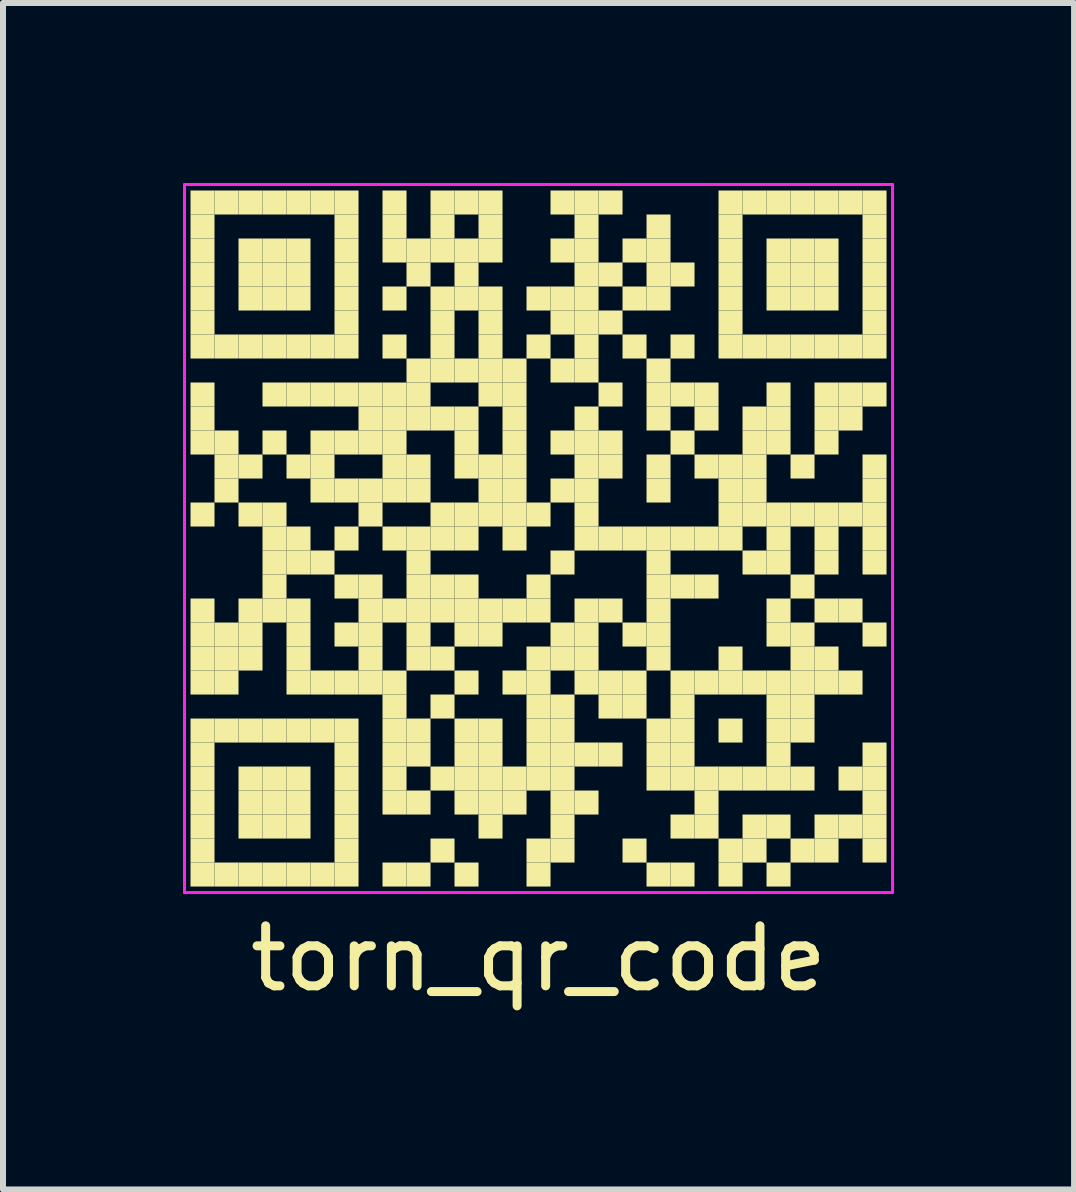
<source format=kicad_pcb>
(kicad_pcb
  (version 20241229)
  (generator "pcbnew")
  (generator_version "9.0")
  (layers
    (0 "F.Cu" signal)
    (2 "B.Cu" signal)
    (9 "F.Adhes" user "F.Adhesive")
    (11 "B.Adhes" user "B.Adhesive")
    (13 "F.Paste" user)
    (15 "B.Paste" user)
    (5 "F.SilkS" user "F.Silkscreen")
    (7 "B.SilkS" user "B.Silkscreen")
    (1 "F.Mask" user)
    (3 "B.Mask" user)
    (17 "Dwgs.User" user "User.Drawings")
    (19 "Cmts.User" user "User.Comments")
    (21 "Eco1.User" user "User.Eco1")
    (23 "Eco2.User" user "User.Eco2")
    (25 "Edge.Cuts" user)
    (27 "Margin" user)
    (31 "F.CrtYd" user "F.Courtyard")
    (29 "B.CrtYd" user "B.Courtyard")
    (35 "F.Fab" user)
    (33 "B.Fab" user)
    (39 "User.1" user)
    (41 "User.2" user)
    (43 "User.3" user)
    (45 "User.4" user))
  (footprint "torn_qr_code"
    (layer "F.Cu")
    (at 5.925 5.925)
    (property "Reference" "torn_qr_code" (at 0 7 0) (layer "F.SilkS") (effects (font (size 1 1) (thickness 0.15))))
    (attr through_hole)
    (fp_poly (pts (xy -5.4 -5.4) (xy -5.4 -5.8) (xy -5.8 -5.8) (xy -5.8 -5.4)) (stroke (width 0) (type solid)) (fill yes) (layer "F.SilkS"))
    (fp_poly (pts (xy -5.4 -5) (xy -5.4 -5.4) (xy -5.8 -5.4) (xy -5.8 -5)) (stroke (width 0) (type solid)) (fill yes) (layer "F.SilkS"))
    (fp_poly (pts (xy -5.4 -4.6) (xy -5.4 -5) (xy -5.8 -5) (xy -5.8 -4.6)) (stroke (width 0) (type solid)) (fill yes) (layer "F.SilkS"))
    (fp_poly (pts (xy -5.4 -4.2) (xy -5.4 -4.6) (xy -5.8 -4.6) (xy -5.8 -4.2)) (stroke (width 0) (type solid)) (fill yes) (layer "F.SilkS"))
    (fp_poly (pts (xy -5.4 -3.8) (xy -5.4 -4.2) (xy -5.8 -4.2) (xy -5.8 -3.8)) (stroke (width 0) (type solid)) (fill yes) (layer "F.SilkS"))
    (fp_poly (pts (xy -5.4 -3.4) (xy -5.4 -3.8) (xy -5.8 -3.8) (xy -5.8 -3.4)) (stroke (width 0) (type solid)) (fill yes) (layer "F.SilkS"))
    (fp_poly (pts (xy -5.4 -3) (xy -5.4 -3.4) (xy -5.8 -3.4) (xy -5.8 -3)) (stroke (width 0) (type solid)) (fill yes) (layer "F.SilkS"))
    (fp_poly (pts (xy -5.4 -2.2) (xy -5.4 -2.6) (xy -5.8 -2.6) (xy -5.8 -2.2)) (stroke (width 0) (type solid)) (fill yes) (layer "F.SilkS"))
    (fp_poly (pts (xy -5.4 -1.8) (xy -5.4 -2.2) (xy -5.8 -2.2) (xy -5.8 -1.8)) (stroke (width 0) (type solid)) (fill yes) (layer "F.SilkS"))
    (fp_poly (pts (xy -5.4 -1.4) (xy -5.4 -1.8) (xy -5.8 -1.8) (xy -5.8 -1.4)) (stroke (width 0) (type solid)) (fill yes) (layer "F.SilkS"))
    (fp_poly (pts (xy -5.4 -0.2) (xy -5.4 -0.6) (xy -5.8 -0.6) (xy -5.8 -0.2)) (stroke (width 0) (type solid)) (fill yes) (layer "F.SilkS"))
    (fp_poly (pts (xy -5.4 1.4) (xy -5.4 1) (xy -5.8 1) (xy -5.8 1.4)) (stroke (width 0) (type solid)) (fill yes) (layer "F.SilkS"))
    (fp_poly (pts (xy -5.4 1.8) (xy -5.4 1.4) (xy -5.8 1.4) (xy -5.8 1.8)) (stroke (width 0) (type solid)) (fill yes) (layer "F.SilkS"))
    (fp_poly (pts (xy -5.4 2.2) (xy -5.4 1.8) (xy -5.8 1.8) (xy -5.8 2.2)) (stroke (width 0) (type solid)) (fill yes) (layer "F.SilkS"))
    (fp_poly (pts (xy -5.4 2.6) (xy -5.4 2.2) (xy -5.8 2.2) (xy -5.8 2.6)) (stroke (width 0) (type solid)) (fill yes) (layer "F.SilkS"))
    (fp_poly (pts (xy -5.4 3.4) (xy -5.4 3) (xy -5.8 3) (xy -5.8 3.4)) (stroke (width 0) (type solid)) (fill yes) (layer "F.SilkS"))
    (fp_poly (pts (xy -5.4 3.8) (xy -5.4 3.4) (xy -5.8 3.4) (xy -5.8 3.8)) (stroke (width 0) (type solid)) (fill yes) (layer "F.SilkS"))
    (fp_poly (pts (xy -5.4 4.2) (xy -5.4 3.8) (xy -5.8 3.8) (xy -5.8 4.2)) (stroke (width 0) (type solid)) (fill yes) (layer "F.SilkS"))
    (fp_poly (pts (xy -5.4 4.6) (xy -5.4 4.2) (xy -5.8 4.2) (xy -5.8 4.6)) (stroke (width 0) (type solid)) (fill yes) (layer "F.SilkS"))
    (fp_poly (pts (xy -5.4 5) (xy -5.4 4.6) (xy -5.8 4.6) (xy -5.8 5)) (stroke (width 0) (type solid)) (fill yes) (layer "F.SilkS"))
    (fp_poly (pts (xy -5.4 5.4) (xy -5.4 5) (xy -5.8 5) (xy -5.8 5.4)) (stroke (width 0) (type solid)) (fill yes) (layer "F.SilkS"))
    (fp_poly (pts (xy -5.4 5.8) (xy -5.4 5.4) (xy -5.8 5.4) (xy -5.8 5.8)) (stroke (width 0) (type solid)) (fill yes) (layer "F.SilkS"))
    (fp_poly (pts (xy -5 -5.4) (xy -5 -5.8) (xy -5.4 -5.8) (xy -5.4 -5.4)) (stroke (width 0) (type solid)) (fill yes) (layer "F.SilkS"))
    (fp_poly (pts (xy -5 -3) (xy -5 -3.4) (xy -5.4 -3.4) (xy -5.4 -3)) (stroke (width 0) (type solid)) (fill yes) (layer "F.SilkS"))
    (fp_poly (pts (xy -5 -1.4) (xy -5 -1.8) (xy -5.4 -1.8) (xy -5.4 -1.4)) (stroke (width 0) (type solid)) (fill yes) (layer "F.SilkS"))
    (fp_poly (pts (xy -5 -1) (xy -5 -1.4) (xy -5.4 -1.4) (xy -5.4 -1)) (stroke (width 0) (type solid)) (fill yes) (layer "F.SilkS"))
    (fp_poly (pts (xy -5 -0.6) (xy -5 -1) (xy -5.4 -1) (xy -5.4 -0.6)) (stroke (width 0) (type solid)) (fill yes) (layer "F.SilkS"))
    (fp_poly (pts (xy -5 1.8) (xy -5 1.4) (xy -5.4 1.4) (xy -5.4 1.8)) (stroke (width 0) (type solid)) (fill yes) (layer "F.SilkS"))
    (fp_poly (pts (xy -5 2.2) (xy -5 1.8) (xy -5.4 1.8) (xy -5.4 2.2)) (stroke (width 0) (type solid)) (fill yes) (layer "F.SilkS"))
    (fp_poly (pts (xy -5 2.6) (xy -5 2.2) (xy -5.4 2.2) (xy -5.4 2.6)) (stroke (width 0) (type solid)) (fill yes) (layer "F.SilkS"))
    (fp_poly (pts (xy -5 3.4) (xy -5 3) (xy -5.4 3) (xy -5.4 3.4)) (stroke (width 0) (type solid)) (fill yes) (layer "F.SilkS"))
    (fp_poly (pts (xy -5 5.8) (xy -5 5.4) (xy -5.4 5.4) (xy -5.4 5.8)) (stroke (width 0) (type solid)) (fill yes) (layer "F.SilkS"))
    (fp_poly (pts (xy -4.6 -5.4) (xy -4.6 -5.8) (xy -5 -5.8) (xy -5 -5.4)) (stroke (width 0) (type solid)) (fill yes) (layer "F.SilkS"))
    (fp_poly (pts (xy -4.6 -4.6) (xy -4.6 -5) (xy -5 -5) (xy -5 -4.6)) (stroke (width 0) (type solid)) (fill yes) (layer "F.SilkS"))
    (fp_poly (pts (xy -4.6 -4.2) (xy -4.6 -4.6) (xy -5 -4.6) (xy -5 -4.2)) (stroke (width 0) (type solid)) (fill yes) (layer "F.SilkS"))
    (fp_poly (pts (xy -4.6 -3.8) (xy -4.6 -4.2) (xy -5 -4.2) (xy -5 -3.8)) (stroke (width 0) (type solid)) (fill yes) (layer "F.SilkS"))
    (fp_poly (pts (xy -4.6 -3) (xy -4.6 -3.4) (xy -5 -3.4) (xy -5 -3)) (stroke (width 0) (type solid)) (fill yes) (layer "F.SilkS"))
    (fp_poly (pts (xy -4.6 -1) (xy -4.6 -1.4) (xy -5 -1.4) (xy -5 -1)) (stroke (width 0) (type solid)) (fill yes) (layer "F.SilkS"))
    (fp_poly (pts (xy -4.6 -0.2) (xy -4.6 -0.6) (xy -5 -0.6) (xy -5 -0.2)) (stroke (width 0) (type solid)) (fill yes) (layer "F.SilkS"))
    (fp_poly (pts (xy -4.6 1.4) (xy -4.6 1) (xy -5 1) (xy -5 1.4)) (stroke (width 0) (type solid)) (fill yes) (layer "F.SilkS"))
    (fp_poly (pts (xy -4.6 1.8) (xy -4.6 1.4) (xy -5 1.4) (xy -5 1.8)) (stroke (width 0) (type solid)) (fill yes) (layer "F.SilkS"))
    (fp_poly (pts (xy -4.6 2.2) (xy -4.6 1.8) (xy -5 1.8) (xy -5 2.2)) (stroke (width 0) (type solid)) (fill yes) (layer "F.SilkS"))
    (fp_poly (pts (xy -4.6 3.4) (xy -4.6 3) (xy -5 3) (xy -5 3.4)) (stroke (width 0) (type solid)) (fill yes) (layer "F.SilkS"))
    (fp_poly (pts (xy -4.6 4.2) (xy -4.6 3.8) (xy -5 3.8) (xy -5 4.2)) (stroke (width 0) (type solid)) (fill yes) (layer "F.SilkS"))
    (fp_poly (pts (xy -4.6 4.6) (xy -4.6 4.2) (xy -5 4.2) (xy -5 4.6)) (stroke (width 0) (type solid)) (fill yes) (layer "F.SilkS"))
    (fp_poly (pts (xy -4.6 5) (xy -4.6 4.6) (xy -5 4.6) (xy -5 5)) (stroke (width 0) (type solid)) (fill yes) (layer "F.SilkS"))
    (fp_poly (pts (xy -4.6 5.8) (xy -4.6 5.4) (xy -5 5.4) (xy -5 5.8)) (stroke (width 0) (type solid)) (fill yes) (layer "F.SilkS"))
    (fp_poly (pts (xy -4.2 -5.4) (xy -4.2 -5.8) (xy -4.6 -5.8) (xy -4.6 -5.4)) (stroke (width 0) (type solid)) (fill yes) (layer "F.SilkS"))
    (fp_poly (pts (xy -4.2 -4.6) (xy -4.2 -5) (xy -4.6 -5) (xy -4.6 -4.6)) (stroke (width 0) (type solid)) (fill yes) (layer "F.SilkS"))
    (fp_poly (pts (xy -4.2 -4.2) (xy -4.2 -4.6) (xy -4.6 -4.6) (xy -4.6 -4.2)) (stroke (width 0) (type solid)) (fill yes) (layer "F.SilkS"))
    (fp_poly (pts (xy -4.2 -3.8) (xy -4.2 -4.2) (xy -4.6 -4.2) (xy -4.6 -3.8)) (stroke (width 0) (type solid)) (fill yes) (layer "F.SilkS"))
    (fp_poly (pts (xy -4.2 -3) (xy -4.2 -3.4) (xy -4.6 -3.4) (xy -4.6 -3)) (stroke (width 0) (type solid)) (fill yes) (layer "F.SilkS"))
    (fp_poly (pts (xy -4.2 -2.2) (xy -4.2 -2.6) (xy -4.6 -2.6) (xy -4.6 -2.2)) (stroke (width 0) (type solid)) (fill yes) (layer "F.SilkS"))
    (fp_poly (pts (xy -4.2 -1.4) (xy -4.2 -1.8) (xy -4.6 -1.8) (xy -4.6 -1.4)) (stroke (width 0) (type solid)) (fill yes) (layer "F.SilkS"))
    (fp_poly (pts (xy -4.2 -0.2) (xy -4.2 -0.6) (xy -4.6 -0.6) (xy -4.6 -0.2)) (stroke (width 0) (type solid)) (fill yes) (layer "F.SilkS"))
    (fp_poly (pts (xy -4.2 0.2) (xy -4.2 -0.2) (xy -4.6 -0.2) (xy -4.6 0.2)) (stroke (width 0) (type solid)) (fill yes) (layer "F.SilkS"))
    (fp_poly (pts (xy -4.2 0.6) (xy -4.2 0.2) (xy -4.6 0.2) (xy -4.6 0.6)) (stroke (width 0) (type solid)) (fill yes) (layer "F.SilkS"))
    (fp_poly (pts (xy -4.2 1) (xy -4.2 0.6) (xy -4.6 0.6) (xy -4.6 1)) (stroke (width 0) (type solid)) (fill yes) (layer "F.SilkS"))
    (fp_poly (pts (xy -4.2 1.4) (xy -4.2 1) (xy -4.6 1) (xy -4.6 1.4)) (stroke (width 0) (type solid)) (fill yes) (layer "F.SilkS"))
    (fp_poly (pts (xy -4.2 3.4) (xy -4.2 3) (xy -4.6 3) (xy -4.6 3.4)) (stroke (width 0) (type solid)) (fill yes) (layer "F.SilkS"))
    (fp_poly (pts (xy -4.2 4.2) (xy -4.2 3.8) (xy -4.6 3.8) (xy -4.6 4.2)) (stroke (width 0) (type solid)) (fill yes) (layer "F.SilkS"))
    (fp_poly (pts (xy -4.2 4.6) (xy -4.2 4.2) (xy -4.6 4.2) (xy -4.6 4.6)) (stroke (width 0) (type solid)) (fill yes) (layer "F.SilkS"))
    (fp_poly (pts (xy -4.2 5) (xy -4.2 4.6) (xy -4.6 4.6) (xy -4.6 5)) (stroke (width 0) (type solid)) (fill yes) (layer "F.SilkS"))
    (fp_poly (pts (xy -4.2 5.8) (xy -4.2 5.4) (xy -4.6 5.4) (xy -4.6 5.8)) (stroke (width 0) (type solid)) (fill yes) (layer "F.SilkS"))
    (fp_poly (pts (xy -3.8 -5.4) (xy -3.8 -5.8) (xy -4.2 -5.8) (xy -4.2 -5.4)) (stroke (width 0) (type solid)) (fill yes) (layer "F.SilkS"))
    (fp_poly (pts (xy -3.8 -4.6) (xy -3.8 -5) (xy -4.2 -5) (xy -4.2 -4.6)) (stroke (width 0) (type solid)) (fill yes) (layer "F.SilkS"))
    (fp_poly (pts (xy -3.8 -4.2) (xy -3.8 -4.6) (xy -4.2 -4.6) (xy -4.2 -4.2)) (stroke (width 0) (type solid)) (fill yes) (layer "F.SilkS"))
    (fp_poly (pts (xy -3.8 -3.8) (xy -3.8 -4.2) (xy -4.2 -4.2) (xy -4.2 -3.8)) (stroke (width 0) (type solid)) (fill yes) (layer "F.SilkS"))
    (fp_poly (pts (xy -3.8 -3) (xy -3.8 -3.4) (xy -4.2 -3.4) (xy -4.2 -3)) (stroke (width 0) (type solid)) (fill yes) (layer "F.SilkS"))
    (fp_poly (pts (xy -3.8 -2.2) (xy -3.8 -2.6) (xy -4.2 -2.6) (xy -4.2 -2.2)) (stroke (width 0) (type solid)) (fill yes) (layer "F.SilkS"))
    (fp_poly (pts (xy -3.8 -1) (xy -3.8 -1.4) (xy -4.2 -1.4) (xy -4.2 -1)) (stroke (width 0) (type solid)) (fill yes) (layer "F.SilkS"))
    (fp_poly (pts (xy -3.8 0.2) (xy -3.8 -0.2) (xy -4.2 -0.2) (xy -4.2 0.2)) (stroke (width 0) (type solid)) (fill yes) (layer "F.SilkS"))
    (fp_poly (pts (xy -3.8 0.6) (xy -3.8 0.2) (xy -4.2 0.2) (xy -4.2 0.6)) (stroke (width 0) (type solid)) (fill yes) (layer "F.SilkS"))
    (fp_poly (pts (xy -3.8 1.4) (xy -3.8 1) (xy -4.2 1) (xy -4.2 1.4)) (stroke (width 0) (type solid)) (fill yes) (layer "F.SilkS"))
    (fp_poly (pts (xy -3.8 1.8) (xy -3.8 1.4) (xy -4.2 1.4) (xy -4.2 1.8)) (stroke (width 0) (type solid)) (fill yes) (layer "F.SilkS"))
    (fp_poly (pts (xy -3.8 2.2) (xy -3.8 1.8) (xy -4.2 1.8) (xy -4.2 2.2)) (stroke (width 0) (type solid)) (fill yes) (layer "F.SilkS"))
    (fp_poly (pts (xy -3.8 2.6) (xy -3.8 2.2) (xy -4.2 2.2) (xy -4.2 2.6)) (stroke (width 0) (type solid)) (fill yes) (layer "F.SilkS"))
    (fp_poly (pts (xy -3.8 3.4) (xy -3.8 3) (xy -4.2 3) (xy -4.2 3.4)) (stroke (width 0) (type solid)) (fill yes) (layer "F.SilkS"))
    (fp_poly (pts (xy -3.8 4.2) (xy -3.8 3.8) (xy -4.2 3.8) (xy -4.2 4.2)) (stroke (width 0) (type solid)) (fill yes) (layer "F.SilkS"))
    (fp_poly (pts (xy -3.8 4.6) (xy -3.8 4.2) (xy -4.2 4.2) (xy -4.2 4.6)) (stroke (width 0) (type solid)) (fill yes) (layer "F.SilkS"))
    (fp_poly (pts (xy -3.8 5) (xy -3.8 4.6) (xy -4.2 4.6) (xy -4.2 5)) (stroke (width 0) (type solid)) (fill yes) (layer "F.SilkS"))
    (fp_poly (pts (xy -3.8 5.8) (xy -3.8 5.4) (xy -4.2 5.4) (xy -4.2 5.8)) (stroke (width 0) (type solid)) (fill yes) (layer "F.SilkS"))
    (fp_poly (pts (xy -3.4 -5.4) (xy -3.4 -5.8) (xy -3.8 -5.8) (xy -3.8 -5.4)) (stroke (width 0) (type solid)) (fill yes) (layer "F.SilkS"))
    (fp_poly (pts (xy -3.4 -3) (xy -3.4 -3.4) (xy -3.8 -3.4) (xy -3.8 -3)) (stroke (width 0) (type solid)) (fill yes) (layer "F.SilkS"))
    (fp_poly (pts (xy -3.4 -2.2) (xy -3.4 -2.6) (xy -3.8 -2.6) (xy -3.8 -2.2)) (stroke (width 0) (type solid)) (fill yes) (layer "F.SilkS"))
    (fp_poly (pts (xy -3.4 -1.4) (xy -3.4 -1.8) (xy -3.8 -1.8) (xy -3.8 -1.4)) (stroke (width 0) (type solid)) (fill yes) (layer "F.SilkS"))
    (fp_poly (pts (xy -3.4 -1) (xy -3.4 -1.4) (xy -3.8 -1.4) (xy -3.8 -1)) (stroke (width 0) (type solid)) (fill yes) (layer "F.SilkS"))
    (fp_poly (pts (xy -3.4 -0.6) (xy -3.4 -1) (xy -3.8 -1) (xy -3.8 -0.6)) (stroke (width 0) (type solid)) (fill yes) (layer "F.SilkS"))
    (fp_poly (pts (xy -3.4 0.6) (xy -3.4 0.2) (xy -3.8 0.2) (xy -3.8 0.6)) (stroke (width 0) (type solid)) (fill yes) (layer "F.SilkS"))
    (fp_poly (pts (xy -3.4 2.6) (xy -3.4 2.2) (xy -3.8 2.2) (xy -3.8 2.6)) (stroke (width 0) (type solid)) (fill yes) (layer "F.SilkS"))
    (fp_poly (pts (xy -3.4 3.4) (xy -3.4 3) (xy -3.8 3) (xy -3.8 3.4)) (stroke (width 0) (type solid)) (fill yes) (layer "F.SilkS"))
    (fp_poly (pts (xy -3.4 5.8) (xy -3.4 5.4) (xy -3.8 5.4) (xy -3.8 5.8)) (stroke (width 0) (type solid)) (fill yes) (layer "F.SilkS"))
    (fp_poly (pts (xy -3 -5.4) (xy -3 -5.8) (xy -3.4 -5.8) (xy -3.4 -5.4)) (stroke (width 0) (type solid)) (fill yes) (layer "F.SilkS"))
    (fp_poly (pts (xy -3 -5) (xy -3 -5.4) (xy -3.4 -5.4) (xy -3.4 -5)) (stroke (width 0) (type solid)) (fill yes) (layer "F.SilkS"))
    (fp_poly (pts (xy -3 -4.6) (xy -3 -5) (xy -3.4 -5) (xy -3.4 -4.6)) (stroke (width 0) (type solid)) (fill yes) (layer "F.SilkS"))
    (fp_poly (pts (xy -3 -4.2) (xy -3 -4.6) (xy -3.4 -4.6) (xy -3.4 -4.2)) (stroke (width 0) (type solid)) (fill yes) (layer "F.SilkS"))
    (fp_poly (pts (xy -3 -3.8) (xy -3 -4.2) (xy -3.4 -4.2) (xy -3.4 -3.8)) (stroke (width 0) (type solid)) (fill yes) (layer "F.SilkS"))
    (fp_poly (pts (xy -3 -3.4) (xy -3 -3.8) (xy -3.4 -3.8) (xy -3.4 -3.4)) (stroke (width 0) (type solid)) (fill yes) (layer "F.SilkS"))
    (fp_poly (pts (xy -3 -3) (xy -3 -3.4) (xy -3.4 -3.4) (xy -3.4 -3)) (stroke (width 0) (type solid)) (fill yes) (layer "F.SilkS"))
    (fp_poly (pts (xy -3 -2.2) (xy -3 -2.6) (xy -3.4 -2.6) (xy -3.4 -2.2)) (stroke (width 0) (type solid)) (fill yes) (layer "F.SilkS"))
    (fp_poly (pts (xy -3 -1.4) (xy -3 -1.8) (xy -3.4 -1.8) (xy -3.4 -1.4)) (stroke (width 0) (type solid)) (fill yes) (layer "F.SilkS"))
    (fp_poly (pts (xy -3 -0.6) (xy -3 -1) (xy -3.4 -1) (xy -3.4 -0.6)) (stroke (width 0) (type solid)) (fill yes) (layer "F.SilkS"))
    (fp_poly (pts (xy -3 0.2) (xy -3 -0.2) (xy -3.4 -0.2) (xy -3.4 0.2)) (stroke (width 0) (type solid)) (fill yes) (layer "F.SilkS"))
    (fp_poly (pts (xy -3 1) (xy -3 0.6) (xy -3.4 0.6) (xy -3.4 1)) (stroke (width 0) (type solid)) (fill yes) (layer "F.SilkS"))
    (fp_poly (pts (xy -3 1.8) (xy -3 1.4) (xy -3.4 1.4) (xy -3.4 1.8)) (stroke (width 0) (type solid)) (fill yes) (layer "F.SilkS"))
    (fp_poly (pts (xy -3 2.6) (xy -3 2.2) (xy -3.4 2.2) (xy -3.4 2.6)) (stroke (width 0) (type solid)) (fill yes) (layer "F.SilkS"))
    (fp_poly (pts (xy -3 3.4) (xy -3 3) (xy -3.4 3) (xy -3.4 3.4)) (stroke (width 0) (type solid)) (fill yes) (layer "F.SilkS"))
    (fp_poly (pts (xy -3 3.8) (xy -3 3.4) (xy -3.4 3.4) (xy -3.4 3.8)) (stroke (width 0) (type solid)) (fill yes) (layer "F.SilkS"))
    (fp_poly (pts (xy -3 4.2) (xy -3 3.8) (xy -3.4 3.8) (xy -3.4 4.2)) (stroke (width 0) (type solid)) (fill yes) (layer "F.SilkS"))
    (fp_poly (pts (xy -3 4.6) (xy -3 4.2) (xy -3.4 4.2) (xy -3.4 4.6)) (stroke (width 0) (type solid)) (fill yes) (layer "F.SilkS"))
    (fp_poly (pts (xy -3 5) (xy -3 4.6) (xy -3.4 4.6) (xy -3.4 5)) (stroke (width 0) (type solid)) (fill yes) (layer "F.SilkS"))
    (fp_poly (pts (xy -3 5.4) (xy -3 5) (xy -3.4 5) (xy -3.4 5.4)) (stroke (width 0) (type solid)) (fill yes) (layer "F.SilkS"))
    (fp_poly (pts (xy -3 5.8) (xy -3 5.4) (xy -3.4 5.4) (xy -3.4 5.8)) (stroke (width 0) (type solid)) (fill yes) (layer "F.SilkS"))
    (fp_poly (pts (xy -2.6 -2.2) (xy -2.6 -2.6) (xy -3 -2.6) (xy -3 -2.2)) (stroke (width 0) (type solid)) (fill yes) (layer "F.SilkS"))
    (fp_poly (pts (xy -2.6 -1.8) (xy -2.6 -2.2) (xy -3 -2.2) (xy -3 -1.8)) (stroke (width 0) (type solid)) (fill yes) (layer "F.SilkS"))
    (fp_poly (pts (xy -2.6 -1.4) (xy -2.6 -1.8) (xy -3 -1.8) (xy -3 -1.4)) (stroke (width 0) (type solid)) (fill yes) (layer "F.SilkS"))
    (fp_poly (pts (xy -2.6 -0.6) (xy -2.6 -1) (xy -3 -1) (xy -3 -0.6)) (stroke (width 0) (type solid)) (fill yes) (layer "F.SilkS"))
    (fp_poly (pts (xy -2.6 -0.2) (xy -2.6 -0.6) (xy -3 -0.6) (xy -3 -0.2)) (stroke (width 0) (type solid)) (fill yes) (layer "F.SilkS"))
    (fp_poly (pts (xy -2.6 1) (xy -2.6 0.6) (xy -3 0.6) (xy -3 1)) (stroke (width 0) (type solid)) (fill yes) (layer "F.SilkS"))
    (fp_poly (pts (xy -2.6 1.4) (xy -2.6 1) (xy -3 1) (xy -3 1.4)) (stroke (width 0) (type solid)) (fill yes) (layer "F.SilkS"))
    (fp_poly (pts (xy -2.6 1.8) (xy -2.6 1.4) (xy -3 1.4) (xy -3 1.8)) (stroke (width 0) (type solid)) (fill yes) (layer "F.SilkS"))
    (fp_poly (pts (xy -2.6 2.2) (xy -2.6 1.8) (xy -3 1.8) (xy -3 2.2)) (stroke (width 0) (type solid)) (fill yes) (layer "F.SilkS"))
    (fp_poly (pts (xy -2.6 2.6) (xy -2.6 2.2) (xy -3 2.2) (xy -3 2.6)) (stroke (width 0) (type solid)) (fill yes) (layer "F.SilkS"))
    (fp_poly (pts (xy -2.2 -5.4) (xy -2.2 -5.8) (xy -2.6 -5.8) (xy -2.6 -5.4)) (stroke (width 0) (type solid)) (fill yes) (layer "F.SilkS"))
    (fp_poly (pts (xy -2.2 -5) (xy -2.2 -5.4) (xy -2.6 -5.4) (xy -2.6 -5)) (stroke (width 0) (type solid)) (fill yes) (layer "F.SilkS"))
    (fp_poly (pts (xy -2.2 -4.6) (xy -2.2 -5) (xy -2.6 -5) (xy -2.6 -4.6)) (stroke (width 0) (type solid)) (fill yes) (layer "F.SilkS"))
    (fp_poly (pts (xy -2.2 -3.8) (xy -2.2 -4.2) (xy -2.6 -4.2) (xy -2.6 -3.8)) (stroke (width 0) (type solid)) (fill yes) (layer "F.SilkS"))
    (fp_poly (pts (xy -2.2 -3) (xy -2.2 -3.4) (xy -2.6 -3.4) (xy -2.6 -3)) (stroke (width 0) (type solid)) (fill yes) (layer "F.SilkS"))
    (fp_poly (pts (xy -2.2 -2.2) (xy -2.2 -2.6) (xy -2.6 -2.6) (xy -2.6 -2.2)) (stroke (width 0) (type solid)) (fill yes) (layer "F.SilkS"))
    (fp_poly (pts (xy -2.2 -1.8) (xy -2.2 -2.2) (xy -2.6 -2.2) (xy -2.6 -1.8)) (stroke (width 0) (type solid)) (fill yes) (layer "F.SilkS"))
    (fp_poly (pts (xy -2.2 -1.4) (xy -2.2 -1.8) (xy -2.6 -1.8) (xy -2.6 -1.4)) (stroke (width 0) (type solid)) (fill yes) (layer "F.SilkS"))
    (fp_poly (pts (xy -2.2 -1) (xy -2.2 -1.4) (xy -2.6 -1.4) (xy -2.6 -1)) (stroke (width 0) (type solid)) (fill yes) (layer "F.SilkS"))
    (fp_poly (pts (xy -2.2 -0.6) (xy -2.2 -1) (xy -2.6 -1) (xy -2.6 -0.6)) (stroke (width 0) (type solid)) (fill yes) (layer "F.SilkS"))
    (fp_poly (pts (xy -2.2 0.2) (xy -2.2 -0.2) (xy -2.6 -0.2) (xy -2.6 0.2)) (stroke (width 0) (type solid)) (fill yes) (layer "F.SilkS"))
    (fp_poly (pts (xy -2.2 1.4) (xy -2.2 1) (xy -2.6 1) (xy -2.6 1.4)) (stroke (width 0) (type solid)) (fill yes) (layer "F.SilkS"))
    (fp_poly (pts (xy -2.2 2.6) (xy -2.2 2.2) (xy -2.6 2.2) (xy -2.6 2.6)) (stroke (width 0) (type solid)) (fill yes) (layer "F.SilkS"))
    (fp_poly (pts (xy -2.2 3) (xy -2.2 2.6) (xy -2.6 2.6) (xy -2.6 3)) (stroke (width 0) (type solid)) (fill yes) (layer "F.SilkS"))
    (fp_poly (pts (xy -2.2 3.4) (xy -2.2 3) (xy -2.6 3) (xy -2.6 3.4)) (stroke (width 0) (type solid)) (fill yes) (layer "F.SilkS"))
    (fp_poly (pts (xy -2.2 3.8) (xy -2.2 3.4) (xy -2.6 3.4) (xy -2.6 3.8)) (stroke (width 0) (type solid)) (fill yes) (layer "F.SilkS"))
    (fp_poly (pts (xy -2.2 4.2) (xy -2.2 3.8) (xy -2.6 3.8) (xy -2.6 4.2)) (stroke (width 0) (type solid)) (fill yes) (layer "F.SilkS"))
    (fp_poly (pts (xy -2.2 4.6) (xy -2.2 4.2) (xy -2.6 4.2) (xy -2.6 4.6)) (stroke (width 0) (type solid)) (fill yes) (layer "F.SilkS"))
    (fp_poly (pts (xy -2.2 5.8) (xy -2.2 5.4) (xy -2.6 5.4) (xy -2.6 5.8)) (stroke (width 0) (type solid)) (fill yes) (layer "F.SilkS"))
    (fp_poly (pts (xy -1.8 -4.6) (xy -1.8 -5) (xy -2.2 -5) (xy -2.2 -4.6)) (stroke (width 0) (type solid)) (fill yes) (layer "F.SilkS"))
    (fp_poly (pts (xy -1.8 -4.2) (xy -1.8 -4.6) (xy -2.2 -4.6) (xy -2.2 -4.2)) (stroke (width 0) (type solid)) (fill yes) (layer "F.SilkS"))
    (fp_poly (pts (xy -1.8 -2.6) (xy -1.8 -3) (xy -2.2 -3) (xy -2.2 -2.6)) (stroke (width 0) (type solid)) (fill yes) (layer "F.SilkS"))
    (fp_poly (pts (xy -1.8 -2.2) (xy -1.8 -2.6) (xy -2.2 -2.6) (xy -2.2 -2.2)) (stroke (width 0) (type solid)) (fill yes) (layer "F.SilkS"))
    (fp_poly (pts (xy -1.8 -1.8) (xy -1.8 -2.2) (xy -2.2 -2.2) (xy -2.2 -1.8)) (stroke (width 0) (type solid)) (fill yes) (layer "F.SilkS"))
    (fp_poly (pts (xy -1.8 -1) (xy -1.8 -1.4) (xy -2.2 -1.4) (xy -2.2 -1)) (stroke (width 0) (type solid)) (fill yes) (layer "F.SilkS"))
    (fp_poly (pts (xy -1.8 -0.6) (xy -1.8 -1) (xy -2.2 -1) (xy -2.2 -0.6)) (stroke (width 0) (type solid)) (fill yes) (layer "F.SilkS"))
    (fp_poly (pts (xy -1.8 0.2) (xy -1.8 -0.2) (xy -2.2 -0.2) (xy -2.2 0.2)) (stroke (width 0) (type solid)) (fill yes) (layer "F.SilkS"))
    (fp_poly (pts (xy -1.8 0.6) (xy -1.8 0.2) (xy -2.2 0.2) (xy -2.2 0.6)) (stroke (width 0) (type solid)) (fill yes) (layer "F.SilkS"))
    (fp_poly (pts (xy -1.8 1) (xy -1.8 0.6) (xy -2.2 0.6) (xy -2.2 1)) (stroke (width 0) (type solid)) (fill yes) (layer "F.SilkS"))
    (fp_poly (pts (xy -1.8 1.4) (xy -1.8 1) (xy -2.2 1) (xy -2.2 1.4)) (stroke (width 0) (type solid)) (fill yes) (layer "F.SilkS"))
    (fp_poly (pts (xy -1.8 1.8) (xy -1.8 1.4) (xy -2.2 1.4) (xy -2.2 1.8)) (stroke (width 0) (type solid)) (fill yes) (layer "F.SilkS"))
    (fp_poly (pts (xy -1.8 2.2) (xy -1.8 1.8) (xy -2.2 1.8) (xy -2.2 2.2)) (stroke (width 0) (type solid)) (fill yes) (layer "F.SilkS"))
    (fp_poly (pts (xy -1.8 3.4) (xy -1.8 3) (xy -2.2 3) (xy -2.2 3.4)) (stroke (width 0) (type solid)) (fill yes) (layer "F.SilkS"))
    (fp_poly (pts (xy -1.8 3.8) (xy -1.8 3.4) (xy -2.2 3.4) (xy -2.2 3.8)) (stroke (width 0) (type solid)) (fill yes) (layer "F.SilkS"))
    (fp_poly (pts (xy -1.8 4.6) (xy -1.8 4.2) (xy -2.2 4.2) (xy -2.2 4.6)) (stroke (width 0) (type solid)) (fill yes) (layer "F.SilkS"))
    (fp_poly (pts (xy -1.8 5.8) (xy -1.8 5.4) (xy -2.2 5.4) (xy -2.2 5.8)) (stroke (width 0) (type solid)) (fill yes) (layer "F.SilkS"))
    (fp_poly (pts (xy -1.4 -5.4) (xy -1.4 -5.8) (xy -1.8 -5.8) (xy -1.8 -5.4)) (stroke (width 0) (type solid)) (fill yes) (layer "F.SilkS"))
    (fp_poly (pts (xy -1.4 -5) (xy -1.4 -5.4) (xy -1.8 -5.4) (xy -1.8 -5)) (stroke (width 0) (type solid)) (fill yes) (layer "F.SilkS"))
    (fp_poly (pts (xy -1.4 -4.6) (xy -1.4 -5) (xy -1.8 -5) (xy -1.8 -4.6)) (stroke (width 0) (type solid)) (fill yes) (layer "F.SilkS"))
    (fp_poly (pts (xy -1.4 -3.8) (xy -1.4 -4.2) (xy -1.8 -4.2) (xy -1.8 -3.8)) (stroke (width 0) (type solid)) (fill yes) (layer "F.SilkS"))
    (fp_poly (pts (xy -1.4 -3.4) (xy -1.4 -3.8) (xy -1.8 -3.8) (xy -1.8 -3.4)) (stroke (width 0) (type solid)) (fill yes) (layer "F.SilkS"))
    (fp_poly (pts (xy -1.4 -3) (xy -1.4 -3.4) (xy -1.8 -3.4) (xy -1.8 -3)) (stroke (width 0) (type solid)) (fill yes) (layer "F.SilkS"))
    (fp_poly (pts (xy -1.4 -2.6) (xy -1.4 -3) (xy -1.8 -3) (xy -1.8 -2.6)) (stroke (width 0) (type solid)) (fill yes) (layer "F.SilkS"))
    (fp_poly (pts (xy -1.4 -1.8) (xy -1.4 -2.2) (xy -1.8 -2.2) (xy -1.8 -1.8)) (stroke (width 0) (type solid)) (fill yes) (layer "F.SilkS"))
    (fp_poly (pts (xy -1.4 -0.2) (xy -1.4 -0.6) (xy -1.8 -0.6) (xy -1.8 -0.2)) (stroke (width 0) (type solid)) (fill yes) (layer "F.SilkS"))
    (fp_poly (pts (xy -1.4 0.2) (xy -1.4 -0.2) (xy -1.8 -0.2) (xy -1.8 0.2)) (stroke (width 0) (type solid)) (fill yes) (layer "F.SilkS"))
    (fp_poly (pts (xy -1.4 1) (xy -1.4 0.6) (xy -1.8 0.6) (xy -1.8 1)) (stroke (width 0) (type solid)) (fill yes) (layer "F.SilkS"))
    (fp_poly (pts (xy -1.4 1.4) (xy -1.4 1) (xy -1.8 1) (xy -1.8 1.4)) (stroke (width 0) (type solid)) (fill yes) (layer "F.SilkS"))
    (fp_poly (pts (xy -1.4 2.2) (xy -1.4 1.8) (xy -1.8 1.8) (xy -1.8 2.2)) (stroke (width 0) (type solid)) (fill yes) (layer "F.SilkS"))
    (fp_poly (pts (xy -1.4 3) (xy -1.4 2.6) (xy -1.8 2.6) (xy -1.8 3)) (stroke (width 0) (type solid)) (fill yes) (layer "F.SilkS"))
    (fp_poly (pts (xy -1.4 4.2) (xy -1.4 3.8) (xy -1.8 3.8) (xy -1.8 4.2)) (stroke (width 0) (type solid)) (fill yes) (layer "F.SilkS"))
    (fp_poly (pts (xy -1.4 5.4) (xy -1.4 5) (xy -1.8 5) (xy -1.8 5.4)) (stroke (width 0) (type solid)) (fill yes) (layer "F.SilkS"))
    (fp_poly (pts (xy -1 -5.4) (xy -1 -5.8) (xy -1.4 -5.8) (xy -1.4 -5.4)) (stroke (width 0) (type solid)) (fill yes) (layer "F.SilkS"))
    (fp_poly (pts (xy -1 -4.6) (xy -1 -5) (xy -1.4 -5) (xy -1.4 -4.6)) (stroke (width 0) (type solid)) (fill yes) (layer "F.SilkS"))
    (fp_poly (pts (xy -1 -4.2) (xy -1 -4.6) (xy -1.4 -4.6) (xy -1.4 -4.2)) (stroke (width 0) (type solid)) (fill yes) (layer "F.SilkS"))
    (fp_poly (pts (xy -1 -3.8) (xy -1 -4.2) (xy -1.4 -4.2) (xy -1.4 -3.8)) (stroke (width 0) (type solid)) (fill yes) (layer "F.SilkS"))
    (fp_poly (pts (xy -1 -2.6) (xy -1 -3) (xy -1.4 -3) (xy -1.4 -2.6)) (stroke (width 0) (type solid)) (fill yes) (layer "F.SilkS"))
    (fp_poly (pts (xy -1 -1.8) (xy -1 -2.2) (xy -1.4 -2.2) (xy -1.4 -1.8)) (stroke (width 0) (type solid)) (fill yes) (layer "F.SilkS"))
    (fp_poly (pts (xy -1 -1.4) (xy -1 -1.8) (xy -1.4 -1.8) (xy -1.4 -1.4)) (stroke (width 0) (type solid)) (fill yes) (layer "F.SilkS"))
    (fp_poly (pts (xy -1 -1) (xy -1 -1.4) (xy -1.4 -1.4) (xy -1.4 -1)) (stroke (width 0) (type solid)) (fill yes) (layer "F.SilkS"))
    (fp_poly (pts (xy -1 -0.2) (xy -1 -0.6) (xy -1.4 -0.6) (xy -1.4 -0.2)) (stroke (width 0) (type solid)) (fill yes) (layer "F.SilkS"))
    (fp_poly (pts (xy -1 0.2) (xy -1 -0.2) (xy -1.4 -0.2) (xy -1.4 0.2)) (stroke (width 0) (type solid)) (fill yes) (layer "F.SilkS"))
    (fp_poly (pts (xy -1 1) (xy -1 0.6) (xy -1.4 0.6) (xy -1.4 1)) (stroke (width 0) (type solid)) (fill yes) (layer "F.SilkS"))
    (fp_poly (pts (xy -1 1.4) (xy -1 1) (xy -1.4 1) (xy -1.4 1.4)) (stroke (width 0) (type solid)) (fill yes) (layer "F.SilkS"))
    (fp_poly (pts (xy -1 1.8) (xy -1 1.4) (xy -1.4 1.4) (xy -1.4 1.8)) (stroke (width 0) (type solid)) (fill yes) (layer "F.SilkS"))
    (fp_poly (pts (xy -1 2.6) (xy -1 2.2) (xy -1.4 2.2) (xy -1.4 2.6)) (stroke (width 0) (type solid)) (fill yes) (layer "F.SilkS"))
    (fp_poly (pts (xy -1 3.4) (xy -1 3) (xy -1.4 3) (xy -1.4 3.4)) (stroke (width 0) (type solid)) (fill yes) (layer "F.SilkS"))
    (fp_poly (pts (xy -1 3.8) (xy -1 3.4) (xy -1.4 3.4) (xy -1.4 3.8)) (stroke (width 0) (type solid)) (fill yes) (layer "F.SilkS"))
    (fp_poly (pts (xy -1 4.2) (xy -1 3.8) (xy -1.4 3.8) (xy -1.4 4.2)) (stroke (width 0) (type solid)) (fill yes) (layer "F.SilkS"))
    (fp_poly (pts (xy -1 4.6) (xy -1 4.2) (xy -1.4 4.2) (xy -1.4 4.6)) (stroke (width 0) (type solid)) (fill yes) (layer "F.SilkS"))
    (fp_poly (pts (xy -1 5.8) (xy -1 5.4) (xy -1.4 5.4) (xy -1.4 5.8)) (stroke (width 0) (type solid)) (fill yes) (layer "F.SilkS"))
    (fp_poly (pts (xy -0.6 -5.4) (xy -0.6 -5.8) (xy -1 -5.8) (xy -1 -5.4)) (stroke (width 0) (type solid)) (fill yes) (layer "F.SilkS"))
    (fp_poly (pts (xy -0.6 -5) (xy -0.6 -5.4) (xy -1 -5.4) (xy -1 -5)) (stroke (width 0) (type solid)) (fill yes) (layer "F.SilkS"))
    (fp_poly (pts (xy -0.6 -4.6) (xy -0.6 -5) (xy -1 -5) (xy -1 -4.6)) (stroke (width 0) (type solid)) (fill yes) (layer "F.SilkS"))
    (fp_poly (pts (xy -0.6 -3.8) (xy -0.6 -4.2) (xy -1 -4.2) (xy -1 -3.8)) (stroke (width 0) (type solid)) (fill yes) (layer "F.SilkS"))
    (fp_poly (pts (xy -0.6 -3.4) (xy -0.6 -3.8) (xy -1 -3.8) (xy -1 -3.4)) (stroke (width 0) (type solid)) (fill yes) (layer "F.SilkS"))
    (fp_poly (pts (xy -0.6 -3) (xy -0.6 -3.4) (xy -1 -3.4) (xy -1 -3)) (stroke (width 0) (type solid)) (fill yes) (layer "F.SilkS"))
    (fp_poly (pts (xy -0.6 -2.6) (xy -0.6 -3) (xy -1 -3) (xy -1 -2.6)) (stroke (width 0) (type solid)) (fill yes) (layer "F.SilkS"))
    (fp_poly (pts (xy -0.6 -2.2) (xy -0.6 -2.6) (xy -1 -2.6) (xy -1 -2.2)) (stroke (width 0) (type solid)) (fill yes) (layer "F.SilkS"))
    (fp_poly (pts (xy -0.6 -1) (xy -0.6 -1.4) (xy -1 -1.4) (xy -1 -1)) (stroke (width 0) (type solid)) (fill yes) (layer "F.SilkS"))
    (fp_poly (pts (xy -0.6 -0.6) (xy -0.6 -1) (xy -1 -1) (xy -1 -0.6)) (stroke (width 0) (type solid)) (fill yes) (layer "F.SilkS"))
    (fp_poly (pts (xy -0.6 -0.2) (xy -0.6 -0.6) (xy -1 -0.6) (xy -1 -0.2)) (stroke (width 0) (type solid)) (fill yes) (layer "F.SilkS"))
    (fp_poly (pts (xy -0.6 1.4) (xy -0.6 1) (xy -1 1) (xy -1 1.4)) (stroke (width 0) (type solid)) (fill yes) (layer "F.SilkS"))
    (fp_poly (pts (xy -0.6 1.8) (xy -0.6 1.4) (xy -1 1.4) (xy -1 1.8)) (stroke (width 0) (type solid)) (fill yes) (layer "F.SilkS"))
    (fp_poly (pts (xy -0.6 3.4) (xy -0.6 3) (xy -1 3) (xy -1 3.4)) (stroke (width 0) (type solid)) (fill yes) (layer "F.SilkS"))
    (fp_poly (pts (xy -0.6 3.8) (xy -0.6 3.4) (xy -1 3.4) (xy -1 3.8)) (stroke (width 0) (type solid)) (fill yes) (layer "F.SilkS"))
    (fp_poly (pts (xy -0.6 4.2) (xy -0.6 3.8) (xy -1 3.8) (xy -1 4.2)) (stroke (width 0) (type solid)) (fill yes) (layer "F.SilkS"))
    (fp_poly (pts (xy -0.6 4.6) (xy -0.6 4.2) (xy -1 4.2) (xy -1 4.6)) (stroke (width 0) (type solid)) (fill yes) (layer "F.SilkS"))
    (fp_poly (pts (xy -0.6 5) (xy -0.6 4.6) (xy -1 4.6) (xy -1 5)) (stroke (width 0) (type solid)) (fill yes) (layer "F.SilkS"))
    (fp_poly (pts (xy -0.2 -2.6) (xy -0.2 -3) (xy -0.6 -3) (xy -0.6 -2.6)) (stroke (width 0) (type solid)) (fill yes) (layer "F.SilkS"))
    (fp_poly (pts (xy -0.2 -2.2) (xy -0.2 -2.6) (xy -0.6 -2.6) (xy -0.6 -2.2)) (stroke (width 0) (type solid)) (fill yes) (layer "F.SilkS"))
    (fp_poly (pts (xy -0.2 -1.8) (xy -0.2 -2.2) (xy -0.6 -2.2) (xy -0.6 -1.8)) (stroke (width 0) (type solid)) (fill yes) (layer "F.SilkS"))
    (fp_poly (pts (xy -0.2 -1.4) (xy -0.2 -1.8) (xy -0.6 -1.8) (xy -0.6 -1.4)) (stroke (width 0) (type solid)) (fill yes) (layer "F.SilkS"))
    (fp_poly (pts (xy -0.2 -1) (xy -0.2 -1.4) (xy -0.6 -1.4) (xy -0.6 -1)) (stroke (width 0) (type solid)) (fill yes) (layer "F.SilkS"))
    (fp_poly (pts (xy -0.2 -0.6) (xy -0.2 -1) (xy -0.6 -1) (xy -0.6 -0.6)) (stroke (width 0) (type solid)) (fill yes) (layer "F.SilkS"))
    (fp_poly (pts (xy -0.2 -0.2) (xy -0.2 -0.6) (xy -0.6 -0.6) (xy -0.6 -0.2)) (stroke (width 0) (type solid)) (fill yes) (layer "F.SilkS"))
    (fp_poly (pts (xy -0.2 0.2) (xy -0.2 -0.2) (xy -0.6 -0.2) (xy -0.6 0.2)) (stroke (width 0) (type solid)) (fill yes) (layer "F.SilkS"))
    (fp_poly (pts (xy -0.2 1.4) (xy -0.2 1) (xy -0.6 1) (xy -0.6 1.4)) (stroke (width 0) (type solid)) (fill yes) (layer "F.SilkS"))
    (fp_poly (pts (xy -0.2 2.6) (xy -0.2 2.2) (xy -0.6 2.2) (xy -0.6 2.6)) (stroke (width 0) (type solid)) (fill yes) (layer "F.SilkS"))
    (fp_poly (pts (xy -0.2 4.2) (xy -0.2 3.8) (xy -0.6 3.8) (xy -0.6 4.2)) (stroke (width 0) (type solid)) (fill yes) (layer "F.SilkS"))
    (fp_poly (pts (xy -0.2 4.6) (xy -0.2 4.2) (xy -0.6 4.2) (xy -0.6 4.6)) (stroke (width 0) (type solid)) (fill yes) (layer "F.SilkS"))
    (fp_poly (pts (xy 0.2 -3.8) (xy 0.2 -4.2) (xy -0.2 -4.2) (xy -0.2 -3.8)) (stroke (width 0) (type solid)) (fill yes) (layer "F.SilkS"))
    (fp_poly (pts (xy 0.2 -3) (xy 0.2 -3.4) (xy -0.2 -3.4) (xy -0.2 -3)) (stroke (width 0) (type solid)) (fill yes) (layer "F.SilkS"))
    (fp_poly (pts (xy 0.2 -0.2) (xy 0.2 -0.6) (xy -0.2 -0.6) (xy -0.2 -0.2)) (stroke (width 0) (type solid)) (fill yes) (layer "F.SilkS"))
    (fp_poly (pts (xy 0.2 1) (xy 0.2 0.6) (xy -0.2 0.6) (xy -0.2 1)) (stroke (width 0) (type solid)) (fill yes) (layer "F.SilkS"))
    (fp_poly (pts (xy 0.2 1.4) (xy 0.2 1) (xy -0.2 1) (xy -0.2 1.4)) (stroke (width 0) (type solid)) (fill yes) (layer "F.SilkS"))
    (fp_poly (pts (xy 0.2 2.2) (xy 0.2 1.8) (xy -0.2 1.8) (xy -0.2 2.2)) (stroke (width 0) (type solid)) (fill yes) (layer "F.SilkS"))
    (fp_poly (pts (xy 0.2 2.6) (xy 0.2 2.2) (xy -0.2 2.2) (xy -0.2 2.6)) (stroke (width 0) (type solid)) (fill yes) (layer "F.SilkS"))
    (fp_poly (pts (xy 0.2 3) (xy 0.2 2.6) (xy -0.2 2.6) (xy -0.2 3)) (stroke (width 0) (type solid)) (fill yes) (layer "F.SilkS"))
    (fp_poly (pts (xy 0.2 3.4) (xy 0.2 3) (xy -0.2 3) (xy -0.2 3.4)) (stroke (width 0) (type solid)) (fill yes) (layer "F.SilkS"))
    (fp_poly (pts (xy 0.2 3.8) (xy 0.2 3.4) (xy -0.2 3.4) (xy -0.2 3.8)) (stroke (width 0) (type solid)) (fill yes) (layer "F.SilkS"))
    (fp_poly (pts (xy 0.2 4.2) (xy 0.2 3.8) (xy -0.2 3.8) (xy -0.2 4.2)) (stroke (width 0) (type solid)) (fill yes) (layer "F.SilkS"))
    (fp_poly (pts (xy 0.2 5.4) (xy 0.2 5) (xy -0.2 5) (xy -0.2 5.4)) (stroke (width 0) (type solid)) (fill yes) (layer "F.SilkS"))
    (fp_poly (pts (xy 0.2 5.8) (xy 0.2 5.4) (xy -0.2 5.4) (xy -0.2 5.8)) (stroke (width 0) (type solid)) (fill yes) (layer "F.SilkS"))
    (fp_poly (pts (xy 0.6 -5.4) (xy 0.6 -5.8) (xy 0.2 -5.8) (xy 0.2 -5.4)) (stroke (width 0) (type solid)) (fill yes) (layer "F.SilkS"))
    (fp_poly (pts (xy 0.6 -4.6) (xy 0.6 -5) (xy 0.2 -5) (xy 0.2 -4.6)) (stroke (width 0) (type solid)) (fill yes) (layer "F.SilkS"))
    (fp_poly (pts (xy 0.6 -3.8) (xy 0.6 -4.2) (xy 0.2 -4.2) (xy 0.2 -3.8)) (stroke (width 0) (type solid)) (fill yes) (layer "F.SilkS"))
    (fp_poly (pts (xy 0.6 -3.4) (xy 0.6 -3.8) (xy 0.2 -3.8) (xy 0.2 -3.4)) (stroke (width 0) (type solid)) (fill yes) (layer "F.SilkS"))
    (fp_poly (pts (xy 0.6 -2.6) (xy 0.6 -3) (xy 0.2 -3) (xy 0.2 -2.6)) (stroke (width 0) (type solid)) (fill yes) (layer "F.SilkS"))
    (fp_poly (pts (xy 0.6 -1.4) (xy 0.6 -1.8) (xy 0.2 -1.8) (xy 0.2 -1.4)) (stroke (width 0) (type solid)) (fill yes) (layer "F.SilkS"))
    (fp_poly (pts (xy 0.6 -0.6) (xy 0.6 -1) (xy 0.2 -1) (xy 0.2 -0.6)) (stroke (width 0) (type solid)) (fill yes) (layer "F.SilkS"))
    (fp_poly (pts (xy 0.6 0.6) (xy 0.6 0.2) (xy 0.2 0.2) (xy 0.2 0.6)) (stroke (width 0) (type solid)) (fill yes) (layer "F.SilkS"))
    (fp_poly (pts (xy 0.6 1.8) (xy 0.6 1.4) (xy 0.2 1.4) (xy 0.2 1.8)) (stroke (width 0) (type solid)) (fill yes) (layer "F.SilkS"))
    (fp_poly (pts (xy 0.6 2.2) (xy 0.6 1.8) (xy 0.2 1.8) (xy 0.2 2.2)) (stroke (width 0) (type solid)) (fill yes) (layer "F.SilkS"))
    (fp_poly (pts (xy 0.6 3) (xy 0.6 2.6) (xy 0.2 2.6) (xy 0.2 3)) (stroke (width 0) (type solid)) (fill yes) (layer "F.SilkS"))
    (fp_poly (pts (xy 0.6 3.4) (xy 0.6 3) (xy 0.2 3) (xy 0.2 3.4)) (stroke (width 0) (type solid)) (fill yes) (layer "F.SilkS"))
    (fp_poly (pts (xy 0.6 3.8) (xy 0.6 3.4) (xy 0.2 3.4) (xy 0.2 3.8)) (stroke (width 0) (type solid)) (fill yes) (layer "F.SilkS"))
    (fp_poly (pts (xy 0.6 4.2) (xy 0.6 3.8) (xy 0.2 3.8) (xy 0.2 4.2)) (stroke (width 0) (type solid)) (fill yes) (layer "F.SilkS"))
    (fp_poly (pts (xy 0.6 4.6) (xy 0.6 4.2) (xy 0.2 4.2) (xy 0.2 4.6)) (stroke (width 0) (type solid)) (fill yes) (layer "F.SilkS"))
    (fp_poly (pts (xy 0.6 5) (xy 0.6 4.6) (xy 0.2 4.6) (xy 0.2 5)) (stroke (width 0) (type solid)) (fill yes) (layer "F.SilkS"))
    (fp_poly (pts (xy 0.6 5.4) (xy 0.6 5) (xy 0.2 5) (xy 0.2 5.4)) (stroke (width 0) (type solid)) (fill yes) (layer "F.SilkS"))
    (fp_poly (pts (xy 1 -5.4) (xy 1 -5.8) (xy 0.6 -5.8) (xy 0.6 -5.4)) (stroke (width 0) (type solid)) (fill yes) (layer "F.SilkS"))
    (fp_poly (pts (xy 1 -5) (xy 1 -5.4) (xy 0.6 -5.4) (xy 0.6 -5)) (stroke (width 0) (type solid)) (fill yes) (layer "F.SilkS"))
    (fp_poly (pts (xy 1 -4.6) (xy 1 -5) (xy 0.6 -5) (xy 0.6 -4.6)) (stroke (width 0) (type solid)) (fill yes) (layer "F.SilkS"))
    (fp_poly (pts (xy 1 -4.2) (xy 1 -4.6) (xy 0.6 -4.6) (xy 0.6 -4.2)) (stroke (width 0) (type solid)) (fill yes) (layer "F.SilkS"))
    (fp_poly (pts (xy 1 -3.8) (xy 1 -4.2) (xy 0.6 -4.2) (xy 0.6 -3.8)) (stroke (width 0) (type solid)) (fill yes) (layer "F.SilkS"))
    (fp_poly (pts (xy 1 -3.4) (xy 1 -3.8) (xy 0.6 -3.8) (xy 0.6 -3.4)) (stroke (width 0) (type solid)) (fill yes) (layer "F.SilkS"))
    (fp_poly (pts (xy 1 -3) (xy 1 -3.4) (xy 0.6 -3.4) (xy 0.6 -3)) (stroke (width 0) (type solid)) (fill yes) (layer "F.SilkS"))
    (fp_poly (pts (xy 1 -2.6) (xy 1 -3) (xy 0.6 -3) (xy 0.6 -2.6)) (stroke (width 0) (type solid)) (fill yes) (layer "F.SilkS"))
    (fp_poly (pts (xy 1 -1.8) (xy 1 -2.2) (xy 0.6 -2.2) (xy 0.6 -1.8)) (stroke (width 0) (type solid)) (fill yes) (layer "F.SilkS"))
    (fp_poly (pts (xy 1 -1.4) (xy 1 -1.8) (xy 0.6 -1.8) (xy 0.6 -1.4)) (stroke (width 0) (type solid)) (fill yes) (layer "F.SilkS"))
    (fp_poly (pts (xy 1 -1) (xy 1 -1.4) (xy 0.6 -1.4) (xy 0.6 -1)) (stroke (width 0) (type solid)) (fill yes) (layer "F.SilkS"))
    (fp_poly (pts (xy 1 -0.6) (xy 1 -1) (xy 0.6 -1) (xy 0.6 -0.6)) (stroke (width 0) (type solid)) (fill yes) (layer "F.SilkS"))
    (fp_poly (pts (xy 1 -0.2) (xy 1 -0.6) (xy 0.6 -0.6) (xy 0.6 -0.2)) (stroke (width 0) (type solid)) (fill yes) (layer "F.SilkS"))
    (fp_poly (pts (xy 1 0.2) (xy 1 -0.2) (xy 0.6 -0.2) (xy 0.6 0.2)) (stroke (width 0) (type solid)) (fill yes) (layer "F.SilkS"))
    (fp_poly (pts (xy 1 1.4) (xy 1 1) (xy 0.6 1) (xy 0.6 1.4)) (stroke (width 0) (type solid)) (fill yes) (layer "F.SilkS"))
    (fp_poly (pts (xy 1 1.8) (xy 1 1.4) (xy 0.6 1.4) (xy 0.6 1.8)) (stroke (width 0) (type solid)) (fill yes) (layer "F.SilkS"))
    (fp_poly (pts (xy 1 2.2) (xy 1 1.8) (xy 0.6 1.8) (xy 0.6 2.2)) (stroke (width 0) (type solid)) (fill yes) (layer "F.SilkS"))
    (fp_poly (pts (xy 1 2.6) (xy 1 2.2) (xy 0.6 2.2) (xy 0.6 2.6)) (stroke (width 0) (type solid)) (fill yes) (layer "F.SilkS"))
    (fp_poly (pts (xy 1 3.8) (xy 1 3.4) (xy 0.6 3.4) (xy 0.6 3.8)) (stroke (width 0) (type solid)) (fill yes) (layer "F.SilkS"))
    (fp_poly (pts (xy 1 4.6) (xy 1 4.2) (xy 0.6 4.2) (xy 0.6 4.6)) (stroke (width 0) (type solid)) (fill yes) (layer "F.SilkS"))
    (fp_poly (pts (xy 1.4 -5.4) (xy 1.4 -5.8) (xy 1 -5.8) (xy 1 -5.4)) (stroke (width 0) (type solid)) (fill yes) (layer "F.SilkS"))
    (fp_poly (pts (xy 1.4 -4.2) (xy 1.4 -4.6) (xy 1 -4.6) (xy 1 -4.2)) (stroke (width 0) (type solid)) (fill yes) (layer "F.SilkS"))
    (fp_poly (pts (xy 1.4 -3.4) (xy 1.4 -3.8) (xy 1 -3.8) (xy 1 -3.4)) (stroke (width 0) (type solid)) (fill yes) (layer "F.SilkS"))
    (fp_poly (pts (xy 1.4 -2.2) (xy 1.4 -2.6) (xy 1 -2.6) (xy 1 -2.2)) (stroke (width 0) (type solid)) (fill yes) (layer "F.SilkS"))
    (fp_poly (pts (xy 1.4 -1.4) (xy 1.4 -1.8) (xy 1 -1.8) (xy 1 -1.4)) (stroke (width 0) (type solid)) (fill yes) (layer "F.SilkS"))
    (fp_poly (pts (xy 1.4 -1) (xy 1.4 -1.4) (xy 1 -1.4) (xy 1 -1)) (stroke (width 0) (type solid)) (fill yes) (layer "F.SilkS"))
    (fp_poly (pts (xy 1.4 0.2) (xy 1.4 -0.2) (xy 1 -0.2) (xy 1 0.2)) (stroke (width 0) (type solid)) (fill yes) (layer "F.SilkS"))
    (fp_poly (pts (xy 1.4 1.4) (xy 1.4 1) (xy 1 1) (xy 1 1.4)) (stroke (width 0) (type solid)) (fill yes) (layer "F.SilkS"))
    (fp_poly (pts (xy 1.4 2.6) (xy 1.4 2.2) (xy 1 2.2) (xy 1 2.6)) (stroke (width 0) (type solid)) (fill yes) (layer "F.SilkS"))
    (fp_poly (pts (xy 1.4 3) (xy 1.4 2.6) (xy 1 2.6) (xy 1 3)) (stroke (width 0) (type solid)) (fill yes) (layer "F.SilkS"))
    (fp_poly (pts (xy 1.4 3.8) (xy 1.4 3.4) (xy 1 3.4) (xy 1 3.8)) (stroke (width 0) (type solid)) (fill yes) (layer "F.SilkS"))
    (fp_poly (pts (xy 1.8 -4.6) (xy 1.8 -5) (xy 1.4 -5) (xy 1.4 -4.6)) (stroke (width 0) (type solid)) (fill yes) (layer "F.SilkS"))
    (fp_poly (pts (xy 1.8 -3.8) (xy 1.8 -4.2) (xy 1.4 -4.2) (xy 1.4 -3.8)) (stroke (width 0) (type solid)) (fill yes) (layer "F.SilkS"))
    (fp_poly (pts (xy 1.8 -3) (xy 1.8 -3.4) (xy 1.4 -3.4) (xy 1.4 -3)) (stroke (width 0) (type solid)) (fill yes) (layer "F.SilkS"))
    (fp_poly (pts (xy 1.8 0.2) (xy 1.8 -0.2) (xy 1.4 -0.2) (xy 1.4 0.2)) (stroke (width 0) (type solid)) (fill yes) (layer "F.SilkS"))
    (fp_poly (pts (xy 1.8 1.8) (xy 1.8 1.4) (xy 1.4 1.4) (xy 1.4 1.8)) (stroke (width 0) (type solid)) (fill yes) (layer "F.SilkS"))
    (fp_poly (pts (xy 1.8 2.6) (xy 1.8 2.2) (xy 1.4 2.2) (xy 1.4 2.6)) (stroke (width 0) (type solid)) (fill yes) (layer "F.SilkS"))
    (fp_poly (pts (xy 1.8 3) (xy 1.8 2.6) (xy 1.4 2.6) (xy 1.4 3)) (stroke (width 0) (type solid)) (fill yes) (layer "F.SilkS"))
    (fp_poly (pts (xy 1.8 5.4) (xy 1.8 5) (xy 1.4 5) (xy 1.4 5.4)) (stroke (width 0) (type solid)) (fill yes) (layer "F.SilkS"))
    (fp_poly (pts (xy 2.2 -5) (xy 2.2 -5.4) (xy 1.8 -5.4) (xy 1.8 -5)) (stroke (width 0) (type solid)) (fill yes) (layer "F.SilkS"))
    (fp_poly (pts (xy 2.2 -4.6) (xy 2.2 -5) (xy 1.8 -5) (xy 1.8 -4.6)) (stroke (width 0) (type solid)) (fill yes) (layer "F.SilkS"))
    (fp_poly (pts (xy 2.2 -4.2) (xy 2.2 -4.6) (xy 1.8 -4.6) (xy 1.8 -4.2)) (stroke (width 0) (type solid)) (fill yes) (layer "F.SilkS"))
    (fp_poly (pts (xy 2.2 -3.8) (xy 2.2 -4.2) (xy 1.8 -4.2) (xy 1.8 -3.8)) (stroke (width 0) (type solid)) (fill yes) (layer "F.SilkS"))
    (fp_poly (pts (xy 2.2 -2.6) (xy 2.2 -3) (xy 1.8 -3) (xy 1.8 -2.6)) (stroke (width 0) (type solid)) (fill yes) (layer "F.SilkS"))
    (fp_poly (pts (xy 2.2 -2.2) (xy 2.2 -2.6) (xy 1.8 -2.6) (xy 1.8 -2.2)) (stroke (width 0) (type solid)) (fill yes) (layer "F.SilkS"))
    (fp_poly (pts (xy 2.2 -1.8) (xy 2.2 -2.2) (xy 1.8 -2.2) (xy 1.8 -1.8)) (stroke (width 0) (type solid)) (fill yes) (layer "F.SilkS"))
    (fp_poly (pts (xy 2.2 -1) (xy 2.2 -1.4) (xy 1.8 -1.4) (xy 1.8 -1)) (stroke (width 0) (type solid)) (fill yes) (layer "F.SilkS"))
    (fp_poly (pts (xy 2.2 -0.6) (xy 2.2 -1) (xy 1.8 -1) (xy 1.8 -0.6)) (stroke (width 0) (type solid)) (fill yes) (layer "F.SilkS"))
    (fp_poly (pts (xy 2.2 0.2) (xy 2.2 -0.2) (xy 1.8 -0.2) (xy 1.8 0.2)) (stroke (width 0) (type solid)) (fill yes) (layer "F.SilkS"))
    (fp_poly (pts (xy 2.2 0.6) (xy 2.2 0.2) (xy 1.8 0.2) (xy 1.8 0.6)) (stroke (width 0) (type solid)) (fill yes) (layer "F.SilkS"))
    (fp_poly (pts (xy 2.2 1) (xy 2.2 0.6) (xy 1.8 0.6) (xy 1.8 1)) (stroke (width 0) (type solid)) (fill yes) (layer "F.SilkS"))
    (fp_poly (pts (xy 2.2 1.4) (xy 2.2 1) (xy 1.8 1) (xy 1.8 1.4)) (stroke (width 0) (type solid)) (fill yes) (layer "F.SilkS"))
    (fp_poly (pts (xy 2.2 1.8) (xy 2.2 1.4) (xy 1.8 1.4) (xy 1.8 1.8)) (stroke (width 0) (type solid)) (fill yes) (layer "F.SilkS"))
    (fp_poly (pts (xy 2.2 2.2) (xy 2.2 1.8) (xy 1.8 1.8) (xy 1.8 2.2)) (stroke (width 0) (type solid)) (fill yes) (layer "F.SilkS"))
    (fp_poly (pts (xy 2.2 3.4) (xy 2.2 3) (xy 1.8 3) (xy 1.8 3.4)) (stroke (width 0) (type solid)) (fill yes) (layer "F.SilkS"))
    (fp_poly (pts (xy 2.2 3.8) (xy 2.2 3.4) (xy 1.8 3.4) (xy 1.8 3.8)) (stroke (width 0) (type solid)) (fill yes) (layer "F.SilkS"))
    (fp_poly (pts (xy 2.2 4.2) (xy 2.2 3.8) (xy 1.8 3.8) (xy 1.8 4.2)) (stroke (width 0) (type solid)) (fill yes) (layer "F.SilkS"))
    (fp_poly (pts (xy 2.2 5.8) (xy 2.2 5.4) (xy 1.8 5.4) (xy 1.8 5.8)) (stroke (width 0) (type solid)) (fill yes) (layer "F.SilkS"))
    (fp_poly (pts (xy 2.6 -4.2) (xy 2.6 -4.6) (xy 2.2 -4.6) (xy 2.2 -4.2)) (stroke (width 0) (type solid)) (fill yes) (layer "F.SilkS"))
    (fp_poly (pts (xy 2.6 -3) (xy 2.6 -3.4) (xy 2.2 -3.4) (xy 2.2 -3)) (stroke (width 0) (type solid)) (fill yes) (layer "F.SilkS"))
    (fp_poly (pts (xy 2.6 -2.2) (xy 2.6 -2.6) (xy 2.2 -2.6) (xy 2.2 -2.2)) (stroke (width 0) (type solid)) (fill yes) (layer "F.SilkS"))
    (fp_poly (pts (xy 2.6 -1.4) (xy 2.6 -1.8) (xy 2.2 -1.8) (xy 2.2 -1.4)) (stroke (width 0) (type solid)) (fill yes) (layer "F.SilkS"))
    (fp_poly (pts (xy 2.6 0.2) (xy 2.6 -0.2) (xy 2.2 -0.2) (xy 2.2 0.2)) (stroke (width 0) (type solid)) (fill yes) (layer "F.SilkS"))
    (fp_poly (pts (xy 2.6 1) (xy 2.6 0.6) (xy 2.2 0.6) (xy 2.2 1)) (stroke (width 0) (type solid)) (fill yes) (layer "F.SilkS"))
    (fp_poly (pts (xy 2.6 2.6) (xy 2.6 2.2) (xy 2.2 2.2) (xy 2.2 2.6)) (stroke (width 0) (type solid)) (fill yes) (layer "F.SilkS"))
    (fp_poly (pts (xy 2.6 3) (xy 2.6 2.6) (xy 2.2 2.6) (xy 2.2 3)) (stroke (width 0) (type solid)) (fill yes) (layer "F.SilkS"))
    (fp_poly (pts (xy 2.6 3.4) (xy 2.6 3) (xy 2.2 3) (xy 2.2 3.4)) (stroke (width 0) (type solid)) (fill yes) (layer "F.SilkS"))
    (fp_poly (pts (xy 2.6 3.8) (xy 2.6 3.4) (xy 2.2 3.4) (xy 2.2 3.8)) (stroke (width 0) (type solid)) (fill yes) (layer "F.SilkS"))
    (fp_poly (pts (xy 2.6 4.2) (xy 2.6 3.8) (xy 2.2 3.8) (xy 2.2 4.2)) (stroke (width 0) (type solid)) (fill yes) (layer "F.SilkS"))
    (fp_poly (pts (xy 2.6 5) (xy 2.6 4.6) (xy 2.2 4.6) (xy 2.2 5)) (stroke (width 0) (type solid)) (fill yes) (layer "F.SilkS"))
    (fp_poly (pts (xy 2.6 5.8) (xy 2.6 5.4) (xy 2.2 5.4) (xy 2.2 5.8)) (stroke (width 0) (type solid)) (fill yes) (layer "F.SilkS"))
    (fp_poly (pts (xy 3 -2.2) (xy 3 -2.6) (xy 2.6 -2.6) (xy 2.6 -2.2)) (stroke (width 0) (type solid)) (fill yes) (layer "F.SilkS"))
    (fp_poly (pts (xy 3 -1.8) (xy 3 -2.2) (xy 2.6 -2.2) (xy 2.6 -1.8)) (stroke (width 0) (type solid)) (fill yes) (layer "F.SilkS"))
    (fp_poly (pts (xy 3 -1) (xy 3 -1.4) (xy 2.6 -1.4) (xy 2.6 -1)) (stroke (width 0) (type solid)) (fill yes) (layer "F.SilkS"))
    (fp_poly (pts (xy 3 0.2) (xy 3 -0.2) (xy 2.6 -0.2) (xy 2.6 0.2)) (stroke (width 0) (type solid)) (fill yes) (layer "F.SilkS"))
    (fp_poly (pts (xy 3 1) (xy 3 0.6) (xy 2.6 0.6) (xy 2.6 1)) (stroke (width 0) (type solid)) (fill yes) (layer "F.SilkS"))
    (fp_poly (pts (xy 3 2.6) (xy 3 2.2) (xy 2.6 2.2) (xy 2.6 2.6)) (stroke (width 0) (type solid)) (fill yes) (layer "F.SilkS"))
    (fp_poly (pts (xy 3 4.2) (xy 3 3.8) (xy 2.6 3.8) (xy 2.6 4.2)) (stroke (width 0) (type solid)) (fill yes) (layer "F.SilkS"))
    (fp_poly (pts (xy 3 4.6) (xy 3 4.2) (xy 2.6 4.2) (xy 2.6 4.6)) (stroke (width 0) (type solid)) (fill yes) (layer "F.SilkS"))
    (fp_poly (pts (xy 3 5) (xy 3 4.6) (xy 2.6 4.6) (xy 2.6 5)) (stroke (width 0) (type solid)) (fill yes) (layer "F.SilkS"))
    (fp_poly (pts (xy 3.4 -5.4) (xy 3.4 -5.8) (xy 3 -5.8) (xy 3 -5.4)) (stroke (width 0) (type solid)) (fill yes) (layer "F.SilkS"))
    (fp_poly (pts (xy 3.4 -5) (xy 3.4 -5.4) (xy 3 -5.4) (xy 3 -5)) (stroke (width 0) (type solid)) (fill yes) (layer "F.SilkS"))
    (fp_poly (pts (xy 3.4 -4.6) (xy 3.4 -5) (xy 3 -5) (xy 3 -4.6)) (stroke (width 0) (type solid)) (fill yes) (layer "F.SilkS"))
    (fp_poly (pts (xy 3.4 -4.2) (xy 3.4 -4.6) (xy 3 -4.6) (xy 3 -4.2)) (stroke (width 0) (type solid)) (fill yes) (layer "F.SilkS"))
    (fp_poly (pts (xy 3.4 -3.8) (xy 3.4 -4.2) (xy 3 -4.2) (xy 3 -3.8)) (stroke (width 0) (type solid)) (fill yes) (layer "F.SilkS"))
    (fp_poly (pts (xy 3.4 -3.4) (xy 3.4 -3.8) (xy 3 -3.8) (xy 3 -3.4)) (stroke (width 0) (type solid)) (fill yes) (layer "F.SilkS"))
    (fp_poly (pts (xy 3.4 -3) (xy 3.4 -3.4) (xy 3 -3.4) (xy 3 -3)) (stroke (width 0) (type solid)) (fill yes) (layer "F.SilkS"))
    (fp_poly (pts (xy 3.4 -1) (xy 3.4 -1.4) (xy 3 -1.4) (xy 3 -1)) (stroke (width 0) (type solid)) (fill yes) (layer "F.SilkS"))
    (fp_poly (pts (xy 3.4 -0.6) (xy 3.4 -1) (xy 3 -1) (xy 3 -0.6)) (stroke (width 0) (type solid)) (fill yes) (layer "F.SilkS"))
    (fp_poly (pts (xy 3.4 -0.2) (xy 3.4 -0.6) (xy 3 -0.6) (xy 3 -0.2)) (stroke (width 0) (type solid)) (fill yes) (layer "F.SilkS"))
    (fp_poly (pts (xy 3.4 0.2) (xy 3.4 -0.2) (xy 3 -0.2) (xy 3 0.2)) (stroke (width 0) (type solid)) (fill yes) (layer "F.SilkS"))
    (fp_poly (pts (xy 3.4 2.2) (xy 3.4 1.8) (xy 3 1.8) (xy 3 2.2)) (stroke (width 0) (type solid)) (fill yes) (layer "F.SilkS"))
    (fp_poly (pts (xy 3.4 2.6) (xy 3.4 2.2) (xy 3 2.2) (xy 3 2.6)) (stroke (width 0) (type solid)) (fill yes) (layer "F.SilkS"))
    (fp_poly (pts (xy 3.4 3.4) (xy 3.4 3) (xy 3 3) (xy 3 3.4)) (stroke (width 0) (type solid)) (fill yes) (layer "F.SilkS"))
    (fp_poly (pts (xy 3.4 4.2) (xy 3.4 3.8) (xy 3 3.8) (xy 3 4.2)) (stroke (width 0) (type solid)) (fill yes) (layer "F.SilkS"))
    (fp_poly (pts (xy 3.4 5.4) (xy 3.4 5) (xy 3 5) (xy 3 5.4)) (stroke (width 0) (type solid)) (fill yes) (layer "F.SilkS"))
    (fp_poly (pts (xy 3.4 5.8) (xy 3.4 5.4) (xy 3 5.4) (xy 3 5.8)) (stroke (width 0) (type solid)) (fill yes) (layer "F.SilkS"))
    (fp_poly (pts (xy 3.8 -5.4) (xy 3.8 -5.8) (xy 3.4 -5.8) (xy 3.4 -5.4)) (stroke (width 0) (type solid)) (fill yes) (layer "F.SilkS"))
    (fp_poly (pts (xy 3.8 -3) (xy 3.8 -3.4) (xy 3.4 -3.4) (xy 3.4 -3)) (stroke (width 0) (type solid)) (fill yes) (layer "F.SilkS"))
    (fp_poly (pts (xy 3.8 -1.8) (xy 3.8 -2.2) (xy 3.4 -2.2) (xy 3.4 -1.8)) (stroke (width 0) (type solid)) (fill yes) (layer "F.SilkS"))
    (fp_poly (pts (xy 3.8 -1.4) (xy 3.8 -1.8) (xy 3.4 -1.8) (xy 3.4 -1.4)) (stroke (width 0) (type solid)) (fill yes) (layer "F.SilkS"))
    (fp_poly (pts (xy 3.8 -1) (xy 3.8 -1.4) (xy 3.4 -1.4) (xy 3.4 -1)) (stroke (width 0) (type solid)) (fill yes) (layer "F.SilkS"))
    (fp_poly (pts (xy 3.8 -0.6) (xy 3.8 -1) (xy 3.4 -1) (xy 3.4 -0.6)) (stroke (width 0) (type solid)) (fill yes) (layer "F.SilkS"))
    (fp_poly (pts (xy 3.8 -0.2) (xy 3.8 -0.6) (xy 3.4 -0.6) (xy 3.4 -0.2)) (stroke (width 0) (type solid)) (fill yes) (layer "F.SilkS"))
    (fp_poly (pts (xy 3.8 0.6) (xy 3.8 0.2) (xy 3.4 0.2) (xy 3.4 0.6)) (stroke (width 0) (type solid)) (fill yes) (layer "F.SilkS"))
    (fp_poly (pts (xy 3.8 2.6) (xy 3.8 2.2) (xy 3.4 2.2) (xy 3.4 2.6)) (stroke (width 0) (type solid)) (fill yes) (layer "F.SilkS"))
    (fp_poly (pts (xy 3.8 4.2) (xy 3.8 3.8) (xy 3.4 3.8) (xy 3.4 4.2)) (stroke (width 0) (type solid)) (fill yes) (layer "F.SilkS"))
    (fp_poly (pts (xy 3.8 5) (xy 3.8 4.6) (xy 3.4 4.6) (xy 3.4 5)) (stroke (width 0) (type solid)) (fill yes) (layer "F.SilkS"))
    (fp_poly (pts (xy 3.8 5.4) (xy 3.8 5) (xy 3.4 5) (xy 3.4 5.4)) (stroke (width 0) (type solid)) (fill yes) (layer "F.SilkS"))
    (fp_poly (pts (xy 4.2 -5.4) (xy 4.2 -5.8) (xy 3.8 -5.8) (xy 3.8 -5.4)) (stroke (width 0) (type solid)) (fill yes) (layer "F.SilkS"))
    (fp_poly (pts (xy 4.2 -4.6) (xy 4.2 -5) (xy 3.8 -5) (xy 3.8 -4.6)) (stroke (width 0) (type solid)) (fill yes) (layer "F.SilkS"))
    (fp_poly (pts (xy 4.2 -4.2) (xy 4.2 -4.6) (xy 3.8 -4.6) (xy 3.8 -4.2)) (stroke (width 0) (type solid)) (fill yes) (layer "F.SilkS"))
    (fp_poly (pts (xy 4.2 -3.8) (xy 4.2 -4.2) (xy 3.8 -4.2) (xy 3.8 -3.8)) (stroke (width 0) (type solid)) (fill yes) (layer "F.SilkS"))
    (fp_poly (pts (xy 4.2 -3) (xy 4.2 -3.4) (xy 3.8 -3.4) (xy 3.8 -3)) (stroke (width 0) (type solid)) (fill yes) (layer "F.SilkS"))
    (fp_poly (pts (xy 4.2 -2.2) (xy 4.2 -2.6) (xy 3.8 -2.6) (xy 3.8 -2.2)) (stroke (width 0) (type solid)) (fill yes) (layer "F.SilkS"))
    (fp_poly (pts (xy 4.2 -1.8) (xy 4.2 -2.2) (xy 3.8 -2.2) (xy 3.8 -1.8)) (stroke (width 0) (type solid)) (fill yes) (layer "F.SilkS"))
    (fp_poly (pts (xy 4.2 -1.4) (xy 4.2 -1.8) (xy 3.8 -1.8) (xy 3.8 -1.4)) (stroke (width 0) (type solid)) (fill yes) (layer "F.SilkS"))
    (fp_poly (pts (xy 4.2 -0.2) (xy 4.2 -0.6) (xy 3.8 -0.6) (xy 3.8 -0.2)) (stroke (width 0) (type solid)) (fill yes) (layer "F.SilkS"))
    (fp_poly (pts (xy 4.2 0.2) (xy 4.2 -0.2) (xy 3.8 -0.2) (xy 3.8 0.2)) (stroke (width 0) (type solid)) (fill yes) (layer "F.SilkS"))
    (fp_poly (pts (xy 4.2 0.6) (xy 4.2 0.2) (xy 3.8 0.2) (xy 3.8 0.6)) (stroke (width 0) (type solid)) (fill yes) (layer "F.SilkS"))
    (fp_poly (pts (xy 4.2 1.4) (xy 4.2 1) (xy 3.8 1) (xy 3.8 1.4)) (stroke (width 0) (type solid)) (fill yes) (layer "F.SilkS"))
    (fp_poly (pts (xy 4.2 1.8) (xy 4.2 1.4) (xy 3.8 1.4) (xy 3.8 1.8)) (stroke (width 0) (type solid)) (fill yes) (layer "F.SilkS"))
    (fp_poly (pts (xy 4.2 2.6) (xy 4.2 2.2) (xy 3.8 2.2) (xy 3.8 2.6)) (stroke (width 0) (type solid)) (fill yes) (layer "F.SilkS"))
    (fp_poly (pts (xy 4.2 3) (xy 4.2 2.6) (xy 3.8 2.6) (xy 3.8 3)) (stroke (width 0) (type solid)) (fill yes) (layer "F.SilkS"))
    (fp_poly (pts (xy 4.2 3.4) (xy 4.2 3) (xy 3.8 3) (xy 3.8 3.4)) (stroke (width 0) (type solid)) (fill yes) (layer "F.SilkS"))
    (fp_poly (pts (xy 4.2 3.8) (xy 4.2 3.4) (xy 3.8 3.4) (xy 3.8 3.8)) (stroke (width 0) (type solid)) (fill yes) (layer "F.SilkS"))
    (fp_poly (pts (xy 4.2 4.2) (xy 4.2 3.8) (xy 3.8 3.8) (xy 3.8 4.2)) (stroke (width 0) (type solid)) (fill yes) (layer "F.SilkS"))
    (fp_poly (pts (xy 4.2 5) (xy 4.2 4.6) (xy 3.8 4.6) (xy 3.8 5)) (stroke (width 0) (type solid)) (fill yes) (layer "F.SilkS"))
    (fp_poly (pts (xy 4.2 5.8) (xy 4.2 5.4) (xy 3.8 5.4) (xy 3.8 5.8)) (stroke (width 0) (type solid)) (fill yes) (layer "F.SilkS"))
    (fp_poly (pts (xy 4.6 -5.4) (xy 4.6 -5.8) (xy 4.2 -5.8) (xy 4.2 -5.4)) (stroke (width 0) (type solid)) (fill yes) (layer "F.SilkS"))
    (fp_poly (pts (xy 4.6 -4.6) (xy 4.6 -5) (xy 4.2 -5) (xy 4.2 -4.6)) (stroke (width 0) (type solid)) (fill yes) (layer "F.SilkS"))
    (fp_poly (pts (xy 4.6 -4.2) (xy 4.6 -4.6) (xy 4.2 -4.6) (xy 4.2 -4.2)) (stroke (width 0) (type solid)) (fill yes) (layer "F.SilkS"))
    (fp_poly (pts (xy 4.6 -3.8) (xy 4.6 -4.2) (xy 4.2 -4.2) (xy 4.2 -3.8)) (stroke (width 0) (type solid)) (fill yes) (layer "F.SilkS"))
    (fp_poly (pts (xy 4.6 -3) (xy 4.6 -3.4) (xy 4.2 -3.4) (xy 4.2 -3)) (stroke (width 0) (type solid)) (fill yes) (layer "F.SilkS"))
    (fp_poly (pts (xy 4.6 -1) (xy 4.6 -1.4) (xy 4.2 -1.4) (xy 4.2 -1)) (stroke (width 0) (type solid)) (fill yes) (layer "F.SilkS"))
    (fp_poly (pts (xy 4.6 -0.2) (xy 4.6 -0.6) (xy 4.2 -0.6) (xy 4.2 -0.2)) (stroke (width 0) (type solid)) (fill yes) (layer "F.SilkS"))
    (fp_poly (pts (xy 4.6 1) (xy 4.6 0.6) (xy 4.2 0.6) (xy 4.2 1)) (stroke (width 0) (type solid)) (fill yes) (layer "F.SilkS"))
    (fp_poly (pts (xy 4.6 1.8) (xy 4.6 1.4) (xy 4.2 1.4) (xy 4.2 1.8)) (stroke (width 0) (type solid)) (fill yes) (layer "F.SilkS"))
    (fp_poly (pts (xy 4.6 2.2) (xy 4.6 1.8) (xy 4.2 1.8) (xy 4.2 2.2)) (stroke (width 0) (type solid)) (fill yes) (layer "F.SilkS"))
    (fp_poly (pts (xy 4.6 2.6) (xy 4.6 2.2) (xy 4.2 2.2) (xy 4.2 2.6)) (stroke (width 0) (type solid)) (fill yes) (layer "F.SilkS"))
    (fp_poly (pts (xy 4.6 3) (xy 4.6 2.6) (xy 4.2 2.6) (xy 4.2 3)) (stroke (width 0) (type solid)) (fill yes) (layer "F.SilkS"))
    (fp_poly (pts (xy 4.6 3.4) (xy 4.6 3) (xy 4.2 3) (xy 4.2 3.4)) (stroke (width 0) (type solid)) (fill yes) (layer "F.SilkS"))
    (fp_poly (pts (xy 4.6 4.2) (xy 4.6 3.8) (xy 4.2 3.8) (xy 4.2 4.2)) (stroke (width 0) (type solid)) (fill yes) (layer "F.SilkS"))
    (fp_poly (pts (xy 4.6 5.4) (xy 4.6 5) (xy 4.2 5) (xy 4.2 5.4)) (stroke (width 0) (type solid)) (fill yes) (layer "F.SilkS"))
    (fp_poly (pts (xy 5 -5.4) (xy 5 -5.8) (xy 4.6 -5.8) (xy 4.6 -5.4)) (stroke (width 0) (type solid)) (fill yes) (layer "F.SilkS"))
    (fp_poly (pts (xy 5 -4.6) (xy 5 -5) (xy 4.6 -5) (xy 4.6 -4.6)) (stroke (width 0) (type solid)) (fill yes) (layer "F.SilkS"))
    (fp_poly (pts (xy 5 -4.2) (xy 5 -4.6) (xy 4.6 -4.6) (xy 4.6 -4.2)) (stroke (width 0) (type solid)) (fill yes) (layer "F.SilkS"))
    (fp_poly (pts (xy 5 -3.8) (xy 5 -4.2) (xy 4.6 -4.2) (xy 4.6 -3.8)) (stroke (width 0) (type solid)) (fill yes) (layer "F.SilkS"))
    (fp_poly (pts (xy 5 -3) (xy 5 -3.4) (xy 4.6 -3.4) (xy 4.6 -3)) (stroke (width 0) (type solid)) (fill yes) (layer "F.SilkS"))
    (fp_poly (pts (xy 5 -2.2) (xy 5 -2.6) (xy 4.6 -2.6) (xy 4.6 -2.2)) (stroke (width 0) (type solid)) (fill yes) (layer "F.SilkS"))
    (fp_poly (pts (xy 5 -1.8) (xy 5 -2.2) (xy 4.6 -2.2) (xy 4.6 -1.8)) (stroke (width 0) (type solid)) (fill yes) (layer "F.SilkS"))
    (fp_poly (pts (xy 5 -1.4) (xy 5 -1.8) (xy 4.6 -1.8) (xy 4.6 -1.4)) (stroke (width 0) (type solid)) (fill yes) (layer "F.SilkS"))
    (fp_poly (pts (xy 5 -0.2) (xy 5 -0.6) (xy 4.6 -0.6) (xy 4.6 -0.2)) (stroke (width 0) (type solid)) (fill yes) (layer "F.SilkS"))
    (fp_poly (pts (xy 5 0.2) (xy 5 -0.2) (xy 4.6 -0.2) (xy 4.6 0.2)) (stroke (width 0) (type solid)) (fill yes) (layer "F.SilkS"))
    (fp_poly (pts (xy 5 0.6) (xy 5 0.2) (xy 4.6 0.2) (xy 4.6 0.6)) (stroke (width 0) (type solid)) (fill yes) (layer "F.SilkS"))
    (fp_poly (pts (xy 5 1.4) (xy 5 1) (xy 4.6 1) (xy 4.6 1.4)) (stroke (width 0) (type solid)) (fill yes) (layer "F.SilkS"))
    (fp_poly (pts (xy 5 2.2) (xy 5 1.8) (xy 4.6 1.8) (xy 4.6 2.2)) (stroke (width 0) (type solid)) (fill yes) (layer "F.SilkS"))
    (fp_poly (pts (xy 5 2.6) (xy 5 2.2) (xy 4.6 2.2) (xy 4.6 2.6)) (stroke (width 0) (type solid)) (fill yes) (layer "F.SilkS"))
    (fp_poly (pts (xy 5 5) (xy 5 4.6) (xy 4.6 4.6) (xy 4.6 5)) (stroke (width 0) (type solid)) (fill yes) (layer "F.SilkS"))
    (fp_poly (pts (xy 5 5.4) (xy 5 5) (xy 4.6 5) (xy 4.6 5.4)) (stroke (width 0) (type solid)) (fill yes) (layer "F.SilkS"))
    (fp_poly (pts (xy 5.4 -5.4) (xy 5.4 -5.8) (xy 5 -5.8) (xy 5 -5.4)) (stroke (width 0) (type solid)) (fill yes) (layer "F.SilkS"))
    (fp_poly (pts (xy 5.4 -3) (xy 5.4 -3.4) (xy 5 -3.4) (xy 5 -3)) (stroke (width 0) (type solid)) (fill yes) (layer "F.SilkS"))
    (fp_poly (pts (xy 5.4 -2.2) (xy 5.4 -2.6) (xy 5 -2.6) (xy 5 -2.2)) (stroke (width 0) (type solid)) (fill yes) (layer "F.SilkS"))
    (fp_poly (pts (xy 5.4 -1.8) (xy 5.4 -2.2) (xy 5 -2.2) (xy 5 -1.8)) (stroke (width 0) (type solid)) (fill yes) (layer "F.SilkS"))
    (fp_poly (pts (xy 5.4 -0.2) (xy 5.4 -0.6) (xy 5 -0.6) (xy 5 -0.2)) (stroke (width 0) (type solid)) (fill yes) (layer "F.SilkS"))
    (fp_poly (pts (xy 5.4 1.4) (xy 5.4 1) (xy 5 1) (xy 5 1.4)) (stroke (width 0) (type solid)) (fill yes) (layer "F.SilkS"))
    (fp_poly (pts (xy 5.4 2.6) (xy 5.4 2.2) (xy 5 2.2) (xy 5 2.6)) (stroke (width 0) (type solid)) (fill yes) (layer "F.SilkS"))
    (fp_poly (pts (xy 5.4 4.2) (xy 5.4 3.8) (xy 5 3.8) (xy 5 4.2)) (stroke (width 0) (type solid)) (fill yes) (layer "F.SilkS"))
    (fp_poly (pts (xy 5.4 5) (xy 5.4 4.6) (xy 5 4.6) (xy 5 5)) (stroke (width 0) (type solid)) (fill yes) (layer "F.SilkS"))
    (fp_poly (pts (xy 5.8 -5.4) (xy 5.8 -5.8) (xy 5.4 -5.8) (xy 5.4 -5.4)) (stroke (width 0) (type solid)) (fill yes) (layer "F.SilkS"))
    (fp_poly (pts (xy 5.8 -5) (xy 5.8 -5.4) (xy 5.4 -5.4) (xy 5.4 -5)) (stroke (width 0) (type solid)) (fill yes) (layer "F.SilkS"))
    (fp_poly (pts (xy 5.8 -4.6) (xy 5.8 -5) (xy 5.4 -5) (xy 5.4 -4.6)) (stroke (width 0) (type solid)) (fill yes) (layer "F.SilkS"))
    (fp_poly (pts (xy 5.8 -4.2) (xy 5.8 -4.6) (xy 5.4 -4.6) (xy 5.4 -4.2)) (stroke (width 0) (type solid)) (fill yes) (layer "F.SilkS"))
    (fp_poly (pts (xy 5.8 -3.8) (xy 5.8 -4.2) (xy 5.4 -4.2) (xy 5.4 -3.8)) (stroke (width 0) (type solid)) (fill yes) (layer "F.SilkS"))
    (fp_poly (pts (xy 5.8 -3.4) (xy 5.8 -3.8) (xy 5.4 -3.8) (xy 5.4 -3.4)) (stroke (width 0) (type solid)) (fill yes) (layer "F.SilkS"))
    (fp_poly (pts (xy 5.8 -3) (xy 5.8 -3.4) (xy 5.4 -3.4) (xy 5.4 -3)) (stroke (width 0) (type solid)) (fill yes) (layer "F.SilkS"))
    (fp_poly (pts (xy 5.8 -2.2) (xy 5.8 -2.6) (xy 5.4 -2.6) (xy 5.4 -2.2)) (stroke (width 0) (type solid)) (fill yes) (layer "F.SilkS"))
    (fp_poly (pts (xy 5.8 -1) (xy 5.8 -1.4) (xy 5.4 -1.4) (xy 5.4 -1)) (stroke (width 0) (type solid)) (fill yes) (layer "F.SilkS"))
    (fp_poly (pts (xy 5.8 -0.6) (xy 5.8 -1) (xy 5.4 -1) (xy 5.4 -0.6)) (stroke (width 0) (type solid)) (fill yes) (layer "F.SilkS"))
    (fp_poly (pts (xy 5.8 -0.2) (xy 5.8 -0.6) (xy 5.4 -0.6) (xy 5.4 -0.2)) (stroke (width 0) (type solid)) (fill yes) (layer "F.SilkS"))
    (fp_poly (pts (xy 5.8 0.2) (xy 5.8 -0.2) (xy 5.4 -0.2) (xy 5.4 0.2)) (stroke (width 0) (type solid)) (fill yes) (layer "F.SilkS"))
    (fp_poly (pts (xy 5.8 0.6) (xy 5.8 0.2) (xy 5.4 0.2) (xy 5.4 0.6)) (stroke (width 0) (type solid)) (fill yes) (layer "F.SilkS"))
    (fp_poly (pts (xy 5.8 1.8) (xy 5.8 1.4) (xy 5.4 1.4) (xy 5.4 1.8)) (stroke (width 0) (type solid)) (fill yes) (layer "F.SilkS"))
    (fp_poly (pts (xy 5.8 3.8) (xy 5.8 3.4) (xy 5.4 3.4) (xy 5.4 3.8)) (stroke (width 0) (type solid)) (fill yes) (layer "F.SilkS"))
    (fp_poly (pts (xy 5.8 4.2) (xy 5.8 3.8) (xy 5.4 3.8) (xy 5.4 4.2)) (stroke (width 0) (type solid)) (fill yes) (layer "F.SilkS"))
    (fp_poly (pts (xy 5.8 4.6) (xy 5.8 4.2) (xy 5.4 4.2) (xy 5.4 4.6)) (stroke (width 0) (type solid)) (fill yes) (layer "F.SilkS"))
    (fp_poly (pts (xy 5.8 5) (xy 5.8 4.6) (xy 5.4 4.6) (xy 5.4 5)) (stroke (width 0) (type solid)) (fill yes) (layer "F.SilkS"))
    (fp_poly (pts (xy 5.8 5.4) (xy 5.8 5) (xy 5.4 5) (xy 5.4 5.4)) (stroke (width 0) (type solid)) (fill yes) (layer "F.SilkS"))
    (fp_line (start -5.9 -5.9) (end 5.9 -5.9) (stroke (width 0.05) (type solid)) (layer "F.CrtYd"))
    (fp_line (start -5.9 5.9) (end -5.9 -5.9) (stroke (width 0.05) (type solid)) (layer "F.CrtYd"))
    (fp_line (start 5.9 -5.9) (end 5.9 5.9) (stroke (width 0.05) (type solid)) (layer "F.CrtYd"))
    (fp_line (start 5.9 5.9) (end -5.9 5.9) (stroke (width 0.05) (type solid)) (layer "F.CrtYd")))
  (gr_rect
    (start -3 -3)
    (end 14.85 16.773)
    (stroke (width 0.1) (type default))
    (fill no)
    (layer "Edge.Cuts")))
</source>
